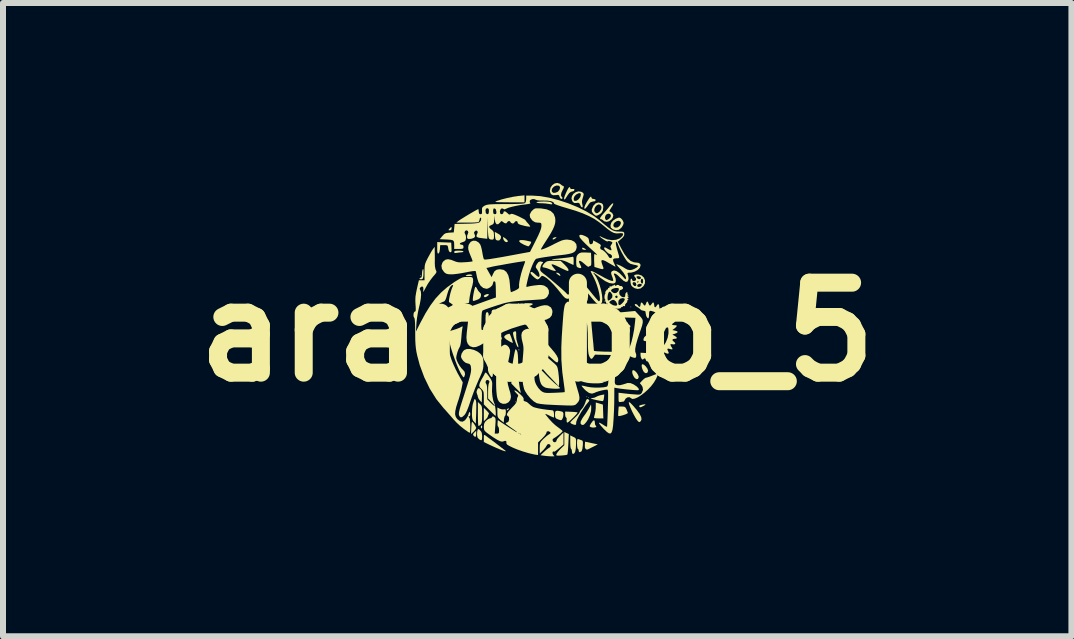
<source format=kicad_pcb>
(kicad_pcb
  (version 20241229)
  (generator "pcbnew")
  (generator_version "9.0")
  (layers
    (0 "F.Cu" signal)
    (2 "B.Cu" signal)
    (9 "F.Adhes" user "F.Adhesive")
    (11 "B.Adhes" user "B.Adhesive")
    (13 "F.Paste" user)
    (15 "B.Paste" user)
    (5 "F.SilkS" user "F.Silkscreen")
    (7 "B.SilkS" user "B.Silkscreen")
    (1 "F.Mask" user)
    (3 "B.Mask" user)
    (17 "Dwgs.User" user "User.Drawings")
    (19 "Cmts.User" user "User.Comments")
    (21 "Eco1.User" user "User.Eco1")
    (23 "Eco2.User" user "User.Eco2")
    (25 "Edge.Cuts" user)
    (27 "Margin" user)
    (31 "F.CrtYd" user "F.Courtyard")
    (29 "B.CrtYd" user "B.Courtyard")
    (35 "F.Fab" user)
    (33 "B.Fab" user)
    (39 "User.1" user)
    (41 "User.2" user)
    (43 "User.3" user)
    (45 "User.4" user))
  (footprint "ararobo_5"
    (layer "F.Cu")
    (at 5.907 2.485)
    (property "Reference" "ararobo_5" (at 0 0 0) (layer "F.SilkS") (effects (font (size 1.5 1.5) (thickness 0.3))))
    (attr board_only exclude_from_pos_files exclude_from_bom)
    (fp_poly (pts (xy -1.935 -0.939) (xy -1.942 -0.932) (xy -1.949 -0.939) (xy -1.942 -0.946)) (stroke (width 0) (type solid)) (fill yes) (layer "F.SilkS"))
    (fp_poly (pts (xy -0.353 1.165) (xy -0.36 1.173) (xy -0.367 1.165) (xy -0.36 1.158)) (stroke (width 0) (type solid)) (fill yes) (layer "F.SilkS"))
    (fp_poly (pts (xy 0.833 1.081) (xy 0.826 1.088) (xy 0.819 1.081) (xy 0.826 1.074)) (stroke (width 0) (type solid)) (fill yes) (layer "F.SilkS"))
    (fp_poly (pts (xy 0.862 1.095) (xy 0.855 1.102) (xy 0.848 1.095) (xy 0.855 1.088)) (stroke (width 0) (type solid)) (fill yes) (layer "F.SilkS"))
    (fp_poly (pts (xy 1.568 -0.417) (xy 1.561 -0.41) (xy 1.554 -0.417) (xy 1.561 -0.424)) (stroke (width 0) (type solid)) (fill yes) (layer "F.SilkS"))
    (fp_poly (pts (xy -0.301 0.287) (xy -0.3 0.304) (xy -0.301 0.306) (xy -0.31 0.304) (xy -0.311 0.297) (xy -0.306 0.285)) (stroke (width 0) (type solid)) (fill yes) (layer "F.SilkS"))
    (fp_poly (pts (xy -0.472 1.275) (xy -0.476 1.288) (xy -0.487 1.299) (xy -0.505 1.308) (xy -0.509 1.302) (xy -0.5 1.284) (xy -0.482 1.273)) (stroke (width 0) (type solid)) (fill yes) (layer "F.SilkS"))
    (fp_poly (pts (xy -0.918 1.579) (xy -0.918 1.579) (xy -0.922 1.606) (xy -0.932 1.606) (xy -0.94 1.595) (xy -0.94 1.573) (xy -0.934 1.564) (xy -0.922 1.559)) (stroke (width 0) (type solid)) (fill yes) (layer "F.SilkS"))
    (fp_poly (pts (xy 0.319 -1.574) (xy 0.305 -1.561) (xy 0.275 -1.543) (xy 0.258 -1.543) (xy 0.258 -1.557) (xy 0.275 -1.573) (xy 0.298 -1.579) (xy 0.321 -1.581)) (stroke (width 0) (type solid)) (fill yes) (layer "F.SilkS"))
    (fp_poly (pts (xy -1.428 -1.74) (xy -1.427 -1.723) (xy -1.436 -1.7) (xy -1.457 -1.695) (xy -1.478 -1.697) (xy -1.477 -1.706) (xy -1.462 -1.723) (xy -1.442 -1.744) (xy -1.432 -1.752)) (stroke (width 0) (type solid)) (fill yes) (layer "F.SilkS"))
    (fp_poly (pts (xy -1.017 1.699) (xy -1.021 1.738) (xy -1.034 1.75) (xy -1.055 1.736) (xy -1.06 1.73) (xy -1.07 1.711) (xy -1.06 1.69) (xy -1.048 1.677) (xy -1.017 1.647)) (stroke (width 0) (type solid)) (fill yes) (layer "F.SilkS"))
    (fp_poly (pts (xy -0.224 -0.442) (xy -0.219 -0.438) (xy -0.201 -0.418) (xy -0.198 -0.408) (xy -0.209 -0.397) (xy -0.219 -0.396) (xy -0.236 -0.407) (xy -0.24 -0.426) (xy -0.237 -0.446)) (stroke (width 0) (type solid)) (fill yes) (layer "F.SilkS"))
    (fp_poly (pts (xy 0.362 -0.978) (xy 0.378 -0.961) (xy 0.388 -0.938) (xy 0.379 -0.935) (xy 0.352 -0.951) (xy 0.339 -0.961) (xy 0.317 -0.98) (xy 0.316 -0.987) (xy 0.332 -0.989)) (stroke (width 0) (type solid)) (fill yes) (layer "F.SilkS"))
    (fp_poly (pts (xy 0.771 -1.402) (xy 0.781 -1.397) (xy 0.81 -1.38) (xy 0.816 -1.373) (xy 0.796 -1.37) (xy 0.786 -1.37) (xy 0.756 -1.377) (xy 0.749 -1.392) (xy 0.753 -1.406)) (stroke (width 0) (type solid)) (fill yes) (layer "F.SilkS"))
    (fp_poly (pts (xy -1.089 -0.953) (xy -1.081 -0.946) (xy -1.088 -0.938) (xy -1.119 -0.933) (xy -1.14 -0.933) (xy -1.179 -0.934) (xy -1.193 -0.94) (xy -1.187 -0.946) (xy -1.156 -0.957) (xy -1.119 -0.96)) (stroke (width 0) (type solid)) (fill yes) (layer "F.SilkS"))
    (fp_poly (pts (xy -0.807 -0.628) (xy -0.81 -0.615) (xy -0.828 -0.598) (xy -0.854 -0.583) (xy -0.871 -0.579) (xy -0.888 -0.59) (xy -0.89 -0.599) (xy -0.878 -0.615) (xy -0.851 -0.628) (xy -0.822 -0.633)) (stroke (width 0) (type solid)) (fill yes) (layer "F.SilkS"))
    (fp_poly (pts (xy -0.703 0.179) (xy -0.694 0.199) (xy -0.695 0.238) (xy -0.704 0.289) (xy -0.713 0.318) (xy -0.731 0.374) (xy -0.762 0.305) (xy -0.794 0.236) (xy -0.754 0.204) (xy -0.725 0.185) (xy -0.705 0.178)) (stroke (width 0) (type solid)) (fill yes) (layer "F.SilkS"))
    (fp_poly (pts (xy -0.84 1.314) (xy -0.814 1.343) (xy -0.803 1.363) (xy -0.805 1.368) (xy -0.817 1.384) (xy -0.819 1.397) (xy -0.829 1.423) (xy -0.853 1.453) (xy -0.855 1.455) (xy -0.89 1.488) (xy -0.89 1.377) (xy -0.89 1.266)) (stroke (width 0) (type solid)) (fill yes) (layer "F.SilkS"))
    (fp_poly (pts (xy -0.591 0.094) (xy -0.592 0.115) (xy -0.609 0.141) (xy -0.623 0.154) (xy -0.651 0.173) (xy -0.665 0.175) (xy -0.673 0.161) (xy -0.674 0.161) (xy -0.67 0.137) (xy -0.65 0.11) (xy -0.624 0.09) (xy -0.607 0.085)) (stroke (width 0) (type solid)) (fill yes) (layer "F.SilkS"))
    (fp_poly (pts (xy -0.55 -1.574) (xy -0.524 -1.555) (xy -0.5 -1.532) (xy -0.488 -1.514) (xy -0.488 -1.51) (xy -0.509 -1.497) (xy -0.535 -1.505) (xy -0.557 -1.531) (xy -0.561 -1.54) (xy -0.57 -1.569) (xy -0.57 -1.582) (xy -0.57 -1.582)) (stroke (width 0) (type solid)) (fill yes) (layer "F.SilkS"))
    (fp_poly (pts (xy -0.302 -0.468) (xy -0.297 -0.436) (xy -0.297 -0.417) (xy -0.299 -0.379) (xy -0.307 -0.356) (xy -0.311 -0.353) (xy -0.319 -0.366) (xy -0.324 -0.398) (xy -0.325 -0.417) (xy -0.322 -0.455) (xy -0.315 -0.477) (xy -0.311 -0.48)) (stroke (width 0) (type solid)) (fill yes) (layer "F.SilkS"))
    (fp_poly (pts (xy 1.805 1.211) (xy 1.785 1.226) (xy 1.767 1.236) (xy 1.733 1.252) (xy 1.716 1.256) (xy 1.705 1.248) (xy 1.702 1.243) (xy 1.7 1.232) (xy 1.712 1.224) (xy 1.745 1.214) (xy 1.769 1.209) (xy 1.8 1.205)) (stroke (width 0) (type solid)) (fill yes) (layer "F.SilkS"))
    (fp_poly (pts (xy -0.667 -1.647) (xy -0.623 -1.62) (xy -0.603 -1.593) (xy -0.606 -1.563) (xy -0.611 -1.552) (xy -0.631 -1.527) (xy -0.659 -1.525) (xy -0.664 -1.526) (xy -0.686 -1.534) (xy -0.697 -1.553) (xy -0.703 -1.59) (xy -0.704 -1.601) (xy -0.708 -1.669)) (stroke (width 0) (type solid)) (fill yes) (layer "F.SilkS"))
    (fp_poly (pts (xy 0.904 1.852) (xy 1.01 1.874) (xy 0.922 1.919) (xy 0.875 1.943) (xy 0.847 1.956) (xy 0.831 1.961) (xy 0.82 1.959) (xy 0.809 1.952) (xy 0.808 1.951) (xy 0.795 1.928) (xy 0.794 1.885) (xy 0.794 1.885) (xy 0.798 1.829)) (stroke (width 0) (type solid)) (fill yes) (layer "F.SilkS"))
    (fp_poly (pts (xy 1.627 0.647) (xy 1.655 0.675) (xy 1.679 0.711) (xy 1.692 0.744) (xy 1.692 0.754) (xy 1.68 0.782) (xy 1.657 0.787) (xy 1.629 0.77) (xy 1.611 0.746) (xy 1.59 0.703) (xy 1.583 0.666) (xy 1.589 0.642) (xy 1.602 0.636)) (stroke (width 0) (type solid)) (fill yes) (layer "F.SilkS"))
    (fp_poly (pts (xy -1.264 -1.354) (xy -1.236 -1.348) (xy -1.229 -1.342) (xy -1.241 -1.331) (xy -1.263 -1.328) (xy -1.301 -1.325) (xy -1.34 -1.319) (xy -1.372 -1.316) (xy -1.384 -1.325) (xy -1.384 -1.333) (xy -1.379 -1.347) (xy -1.358 -1.354) (xy -1.316 -1.356) (xy -1.307 -1.356)) (stroke (width 0) (type solid)) (fill yes) (layer "F.SilkS"))
    (fp_poly (pts (xy -1.072 1.508) (xy -1.052 1.534) (xy -1.032 1.566) (xy -1.019 1.592) (xy -1.017 1.6) (xy -1.027 1.621) (xy -1.05 1.651) (xy -1.06 1.661) (xy -1.104 1.702) (xy -1.099 1.6) (xy -1.096 1.55) (xy -1.092 1.514) (xy -1.087 1.498) (xy -1.087 1.498)) (stroke (width 0) (type solid)) (fill yes) (layer "F.SilkS"))
    (fp_poly (pts (xy -0.1 -0.478) (xy -0.075 -0.47) (xy -0.077 -0.458) (xy -0.106 -0.443) (xy -0.115 -0.439) (xy -0.153 -0.427) (xy -0.175 -0.427) (xy -0.192 -0.438) (xy -0.205 -0.452) (xy -0.218 -0.468) (xy -0.217 -0.476) (xy -0.198 -0.48) (xy -0.155 -0.48) (xy -0.151 -0.48)) (stroke (width 0) (type solid)) (fill yes) (layer "F.SilkS"))
    (fp_poly (pts (xy 1.783 0.548) (xy 1.813 0.577) (xy 1.838 0.613) (xy 1.849 0.646) (xy 1.848 0.652) (xy 1.835 0.681) (xy 1.81 0.688) (xy 1.783 0.672) (xy 1.774 0.661) (xy 1.754 0.622) (xy 1.743 0.583) (xy 1.742 0.552) (xy 1.751 0.537) (xy 1.754 0.537)) (stroke (width 0) (type solid)) (fill yes) (layer "F.SilkS"))
    (fp_poly (pts (xy 0.958 1.486) (xy 0.961 1.511) (xy 0.965 1.543) (xy 0.975 1.561) (xy 0.987 1.576) (xy 0.977 1.587) (xy 0.953 1.593) (xy 0.92 1.593) (xy 0.888 1.585) (xy 0.876 1.576) (xy 0.877 1.561) (xy 0.893 1.531) (xy 0.899 1.522) (xy 0.928 1.483) (xy 0.948 1.471)) (stroke (width 0) (type solid)) (fill yes) (layer "F.SilkS"))
    (fp_poly (pts (xy 1.036 1.193) (xy 1.095 1.211) (xy 1.099 1.326) (xy 1.103 1.441) (xy 1.025 1.441) (xy 0.982 1.439) (xy 0.954 1.435) (xy 0.946 1.43) (xy 0.95 1.411) (xy 0.959 1.377) (xy 0.961 1.37) (xy 0.97 1.325) (xy 0.976 1.271) (xy 0.976 1.248) (xy 0.977 1.176)) (stroke (width 0) (type solid)) (fill yes) (layer "F.SilkS"))
    (fp_poly (pts (xy -0.971 1.623) (xy -0.952 1.64) (xy -0.929 1.669) (xy -0.92 1.706) (xy -0.918 1.74) (xy -0.92 1.785) (xy -0.928 1.804) (xy -0.946 1.802) (xy -0.972 1.786) (xy -0.995 1.76) (xy -1.003 1.718) (xy -1.003 1.71) (xy -1.001 1.668) (xy -0.995 1.635) (xy -0.994 1.632) (xy -0.985 1.619)) (stroke (width 0) (type solid)) (fill yes) (layer "F.SilkS"))
    (fp_poly (pts (xy -0.824 -0.329) (xy -0.812 -0.308) (xy -0.807 -0.265) (xy -0.805 -0.212) (xy -0.809 -0.158) (xy -0.82 -0.127) (xy -0.843 -0.114) (xy -0.856 -0.113) (xy -0.859 -0.126) (xy -0.861 -0.16) (xy -0.862 -0.209) (xy -0.862 -0.217) (xy -0.86 -0.277) (xy -0.855 -0.312) (xy -0.844 -0.328) (xy -0.842 -0.33)) (stroke (width 0) (type solid)) (fill yes) (layer "F.SilkS"))
    (fp_poly (pts (xy -0.942 0.958) (xy -0.941 0.959) (xy -0.927 0.982) (xy -0.921 1.016) (xy -0.921 1.069) (xy -0.921 1.08) (xy -0.925 1.175) (xy -0.957 1.141) (xy -0.979 1.11) (xy -0.989 1.084) (xy -0.989 1.083) (xy -0.996 1.051) (xy -1.004 1.035) (xy -1.012 1.001) (xy -1.004 0.971) (xy -0.988 0.94) (xy -0.969 0.936)) (stroke (width 0) (type solid)) (fill yes) (layer "F.SilkS"))
    (fp_poly (pts (xy -0.46 0.03) (xy -0.451 0.047) (xy -0.437 0.079) (xy -0.424 0.117) (xy -0.413 0.153) (xy -0.407 0.177) (xy -0.408 0.183) (xy -0.425 0.176) (xy -0.456 0.161) (xy -0.466 0.155) (xy -0.52 0.122) (xy -0.548 0.094) (xy -0.548 0.07) (xy -0.523 0.049) (xy -0.508 0.042) (xy -0.477 0.032) (xy -0.46 0.03)) (stroke (width 0) (type solid)) (fill yes) (layer "F.SilkS"))
    (fp_poly (pts (xy -0.394 -0.461) (xy -0.384 -0.432) (xy -0.381 -0.39) (xy -0.383 -0.343) (xy -0.391 -0.315) (xy -0.409 -0.297) (xy -0.416 -0.291) (xy -0.443 -0.275) (xy -0.457 -0.268) (xy -0.461 -0.281) (xy -0.466 -0.315) (xy -0.468 -0.355) (xy -0.47 -0.405) (xy -0.465 -0.435) (xy -0.454 -0.45) (xy -0.449 -0.453) (xy -0.415 -0.467)) (stroke (width 0) (type solid)) (fill yes) (layer "F.SilkS"))
    (fp_poly (pts (xy -0.225 -1.531) (xy -0.185 -1.524) (xy -0.141 -1.514) (xy -0.111 -1.507) (xy -0.102 -1.504) (xy -0.102 -1.49) (xy -0.114 -1.465) (xy -0.131 -1.441) (xy -0.145 -1.428) (xy -0.147 -1.428) (xy -0.169 -1.434) (xy -0.204 -1.448) (xy -0.219 -1.454) (xy -0.273 -1.483) (xy -0.299 -1.507) (xy -0.299 -1.524) (xy -0.274 -1.533)) (stroke (width 0) (type solid)) (fill yes) (layer "F.SilkS"))
    (fp_poly (pts (xy -0.212 -2.22) (xy -0.212 -2.161) (xy -0.47 -2.162) (xy -0.56 -2.163) (xy -0.625 -2.164) (xy -0.668 -2.165) (xy -0.691 -2.168) (xy -0.698 -2.171) (xy -0.69 -2.177) (xy -0.673 -2.184) (xy -0.671 -2.185) (xy -0.593 -2.21) (xy -0.499 -2.234) (xy -0.402 -2.254) (xy -0.315 -2.267) (xy -0.307 -2.268) (xy -0.212 -2.278)) (stroke (width 0) (type solid)) (fill yes) (layer "F.SilkS"))
    (fp_poly (pts (xy 0.901 1.254) (xy 0.898 1.317) (xy 0.879 1.388) (xy 0.848 1.457) (xy 0.819 1.501) (xy 0.79 1.534) (xy 0.771 1.549) (xy 0.754 1.55) (xy 0.738 1.545) (xy 0.722 1.525) (xy 0.726 1.49) (xy 0.752 1.441) (xy 0.775 1.407) (xy 0.812 1.356) (xy 0.846 1.302) (xy 0.864 1.271) (xy 0.897 1.208)) (stroke (width 0) (type solid)) (fill yes) (layer "F.SilkS"))
    (fp_poly (pts (xy -1.896 -1.027) (xy -1.896 -0.98) (xy -1.896 -0.975) (xy -1.899 -0.925) (xy -1.905 -0.897) (xy -1.915 -0.883) (xy -1.932 -0.878) (xy -1.956 -0.88) (xy -1.964 -0.889) (xy -1.952 -0.902) (xy -1.942 -0.904) (xy -1.928 -0.913) (xy -1.922 -0.943) (xy -1.921 -0.964) (xy -1.918 -1.007) (xy -1.91 -1.04) (xy -1.907 -1.045) (xy -1.899 -1.048)) (stroke (width 0) (type solid)) (fill yes) (layer "F.SilkS"))
    (fp_poly (pts (xy -0.52 -0.343) (xy -0.519 -0.293) (xy -0.521 -0.263) (xy -0.531 -0.246) (xy -0.549 -0.234) (xy -0.554 -0.232) (xy -0.591 -0.215) (xy -0.612 -0.217) (xy -0.623 -0.24) (xy -0.627 -0.256) (xy -0.633 -0.302) (xy -0.636 -0.352) (xy -0.636 -0.353) (xy -0.633 -0.388) (xy -0.621 -0.406) (xy -0.591 -0.417) (xy -0.58 -0.42) (xy -0.525 -0.434)) (stroke (width 0) (type solid)) (fill yes) (layer "F.SilkS"))
    (fp_poly (pts (xy -0.353 -0.003) (xy -0.35 0.03) (xy -0.351 0.051) (xy -0.347 0.119) (xy -0.332 0.178) (xy -0.318 0.22) (xy -0.314 0.248) (xy -0.317 0.258) (xy -0.329 0.246) (xy -0.341 0.224) (xy -0.357 0.183) (xy -0.376 0.13) (xy -0.388 0.093) (xy -0.4 0.045) (xy -0.403 0.017) (xy -0.398 0.002) (xy -0.393 -0.002) (xy -0.367 -0.013)) (stroke (width 0) (type solid)) (fill yes) (layer "F.SilkS"))
    (fp_poly (pts (xy 0.169 -2.174) (xy 0.211 -2.169) (xy 0.235 -2.159) (xy 0.24 -2.154) (xy 0.253 -2.136) (xy 0.247 -2.128) (xy 0.219 -2.13) (xy 0.191 -2.135) (xy 0.141 -2.142) (xy 0.083 -2.146) (xy 0.06 -2.146) (xy 0.019 -2.149) (xy -0.008 -2.156) (xy -0.014 -2.161) (xy -0.001 -2.168) (xy 0.036 -2.173) (xy 0.09 -2.175) (xy 0.104 -2.176)) (stroke (width 0) (type solid)) (fill yes) (layer "F.SilkS"))
    (fp_poly (pts (xy 0.377 1.319) (xy 0.394 1.323) (xy 0.425 1.333) (xy 0.436 1.353) (xy 0.437 1.376) (xy 0.432 1.417) (xy 0.42 1.449) (xy 0.407 1.467) (xy 0.39 1.471) (xy 0.361 1.462) (xy 0.35 1.458) (xy 0.316 1.443) (xy 0.301 1.424) (xy 0.297 1.393) (xy 0.297 1.375) (xy 0.299 1.338) (xy 0.309 1.319) (xy 0.333 1.313)) (stroke (width 0) (type solid)) (fill yes) (layer "F.SilkS"))
    (fp_poly (pts (xy 1.113 1.096) (xy 1.107 1.131) (xy 1.097 1.151) (xy 1.095 1.152) (xy 1.075 1.151) (xy 1.036 1.145) (xy 0.99 1.136) (xy 0.931 1.122) (xy 0.899 1.111) (xy 0.893 1.105) (xy 0.915 1.102) (xy 0.92 1.102) (xy 0.959 1.094) (xy 0.983 1.082) (xy 1.016 1.066) (xy 1.06 1.053) (xy 1.065 1.052) (xy 1.118 1.042)) (stroke (width 0) (type solid)) (fill yes) (layer "F.SilkS"))
    (fp_poly (pts (xy 1.451 1.246) (xy 1.472 1.26) (xy 1.49 1.293) (xy 1.49 1.294) (xy 1.504 1.328) (xy 1.511 1.349) (xy 1.512 1.351) (xy 1.499 1.361) (xy 1.469 1.375) (xy 1.43 1.388) (xy 1.392 1.398) (xy 1.362 1.403) (xy 1.352 1.401) (xy 1.35 1.383) (xy 1.351 1.346) (xy 1.353 1.317) (xy 1.359 1.243) (xy 1.414 1.243)) (stroke (width 0) (type solid)) (fill yes) (layer "F.SilkS"))
    (fp_poly (pts (xy -0.695 -0.375) (xy -0.691 -0.359) (xy -0.686 -0.323) (xy -0.682 -0.282) (xy -0.678 -0.231) (xy -0.681 -0.201) (xy -0.691 -0.182) (xy -0.7 -0.174) (xy -0.727 -0.158) (xy -0.743 -0.163) (xy -0.753 -0.193) (xy -0.754 -0.2) (xy -0.76 -0.243) (xy -0.763 -0.295) (xy -0.763 -0.304) (xy -0.76 -0.343) (xy -0.75 -0.364) (xy -0.732 -0.372) (xy -0.705 -0.376)) (stroke (width 0) (type solid)) (fill yes) (layer "F.SilkS"))
    (fp_poly (pts (xy -0.954 1.201) (xy -0.938 1.218) (xy -0.927 1.236) (xy -0.921 1.263) (xy -0.919 1.305) (xy -0.918 1.367) (xy -0.918 1.378) (xy -0.919 1.445) (xy -0.922 1.491) (xy -0.928 1.52) (xy -0.937 1.538) (xy -0.944 1.545) (xy -0.967 1.563) (xy -0.979 1.568) (xy -0.983 1.555) (xy -0.986 1.518) (xy -0.988 1.464) (xy -0.989 1.396) (xy -0.989 1.368) (xy -0.989 1.168)) (stroke (width 0) (type solid)) (fill yes) (layer "F.SilkS"))
    (fp_poly (pts (xy -0.626 1.279) (xy -0.587 1.291) (xy -0.555 1.291) (xy -0.535 1.288) (xy -0.525 1.299) (xy -0.523 1.329) (xy -0.523 1.341) (xy -0.526 1.376) (xy -0.533 1.397) (xy -0.536 1.399) (xy -0.545 1.411) (xy -0.552 1.442) (xy -0.554 1.455) (xy -0.558 1.512) (xy -0.611 1.469) (xy -0.641 1.442) (xy -0.657 1.418) (xy -0.663 1.386) (xy -0.664 1.342) (xy -0.664 1.259)) (stroke (width 0) (type solid)) (fill yes) (layer "F.SilkS"))
    (fp_poly (pts (xy 0.572 1.331) (xy 0.622 1.334) (xy 0.658 1.338) (xy 0.674 1.343) (xy 0.675 1.344) (xy 0.661 1.363) (xy 0.634 1.394) (xy 0.599 1.43) (xy 0.562 1.465) (xy 0.53 1.494) (xy 0.508 1.51) (xy 0.503 1.512) (xy 0.491 1.499) (xy 0.491 1.469) (xy 0.491 1.438) (xy 0.482 1.427) (xy 0.472 1.414) (xy 0.466 1.384) (xy 0.466 1.377) (xy 0.466 1.327)) (stroke (width 0) (type solid)) (fill yes) (layer "F.SilkS"))
    (fp_poly (pts (xy 1.55 1.18) (xy 1.583 1.213) (xy 1.592 1.222) (xy 1.662 1.303) (xy 1.71 1.37) (xy 1.735 1.423) (xy 1.738 1.464) (xy 1.719 1.495) (xy 1.718 1.496) (xy 1.701 1.503) (xy 1.682 1.491) (xy 1.661 1.465) (xy 1.637 1.428) (xy 1.609 1.377) (xy 1.58 1.32) (xy 1.555 1.263) (xy 1.536 1.215) (xy 1.527 1.182) (xy 1.526 1.177) (xy 1.532 1.169)) (stroke (width 0) (type solid)) (fill yes) (layer "F.SilkS"))
    (fp_poly (pts (xy -1.029 1.128) (xy -1.027 1.131) (xy -1.02 1.15) (xy -1.016 1.187) (xy -1.015 1.246) (xy -1.017 1.329) (xy -1.017 1.34) (xy -1.024 1.528) (xy -1.056 1.494) (xy -1.073 1.472) (xy -1.082 1.445) (xy -1.087 1.405) (xy -1.088 1.354) (xy -1.086 1.294) (xy -1.08 1.239) (xy -1.073 1.2) (xy -1.072 1.199) (xy -1.06 1.161) (xy -1.051 1.133) (xy -1.051 1.131) (xy -1.043 1.118)) (stroke (width 0) (type solid)) (fill yes) (layer "F.SilkS"))
    (fp_poly (pts (xy -1.02 -0.749) (xy -1.005 -0.726) (xy -1.003 -0.721) (xy -0.982 -0.684) (xy -0.957 -0.658) (xy -0.938 -0.635) (xy -0.938 -0.601) (xy -0.939 -0.597) (xy -0.951 -0.568) (xy -0.978 -0.547) (xy -1.011 -0.533) (xy -1.049 -0.52) (xy -1.067 -0.517) (xy -1.073 -0.526) (xy -1.074 -0.542) (xy -1.071 -0.578) (xy -1.064 -0.626) (xy -1.054 -0.676) (xy -1.044 -0.72) (xy -1.035 -0.748) (xy -1.032 -0.753)) (stroke (width 0) (type solid)) (fill yes) (layer "F.SilkS"))
    (fp_poly (pts (xy -0.873 1.719) (xy -0.864 1.725) (xy -0.813 1.764) (xy -0.755 1.807) (xy -0.695 1.852) (xy -0.639 1.895) (xy -0.59 1.933) (xy -0.553 1.961) (xy -0.532 1.977) (xy -0.53 1.979) (xy -0.524 1.989) (xy -0.539 1.988) (xy -0.576 1.976) (xy -0.622 1.958) (xy -0.676 1.935) (xy -0.741 1.906) (xy -0.795 1.881) (xy -0.89 1.835) (xy -0.89 1.77) (xy -0.889 1.732) (xy -0.884 1.716)) (stroke (width 0) (type solid)) (fill yes) (layer "F.SilkS"))
    (fp_poly (pts (xy 0.489 1.685) (xy 0.527 1.702) (xy 0.519 1.869) (xy 0.515 1.935) (xy 0.511 1.99) (xy 0.506 2.029) (xy 0.502 2.045) (xy 0.484 2.051) (xy 0.447 2.056) (xy 0.403 2.06) (xy 0.354 2.062) (xy 0.328 2.061) (xy 0.318 2.054) (xy 0.319 2.04) (xy 0.32 2.038) (xy 0.334 2.013) (xy 0.362 1.978) (xy 0.39 1.948) (xy 0.452 1.887) (xy 0.452 1.777) (xy 0.452 1.668)) (stroke (width 0) (type solid)) (fill yes) (layer "F.SilkS"))
    (fp_poly (pts (xy 0.6 1.748) (xy 0.628 1.762) (xy 0.642 1.777) (xy 0.648 1.802) (xy 0.648 1.845) (xy 0.648 1.857) (xy 0.644 1.936) (xy 0.635 1.991) (xy 0.62 2.022) (xy 0.604 2.032) (xy 0.586 2.029) (xy 0.58 2.006) (xy 0.579 1.993) (xy 0.575 1.963) (xy 0.566 1.95) (xy 0.565 1.949) (xy 0.558 1.936) (xy 0.553 1.9) (xy 0.551 1.847) (xy 0.551 1.837) (xy 0.551 1.724)) (stroke (width 0) (type solid)) (fill yes) (layer "F.SilkS"))
    (fp_poly (pts (xy 0.689 1.787) (xy 0.725 1.8) (xy 0.74 1.805) (xy 0.754 1.813) (xy 0.761 1.83) (xy 0.762 1.865) (xy 0.76 1.896) (xy 0.753 1.95) (xy 0.741 1.985) (xy 0.734 1.993) (xy 0.706 2.005) (xy 0.694 1.994) (xy 0.692 1.978) (xy 0.686 1.955) (xy 0.678 1.949) (xy 0.671 1.937) (xy 0.666 1.903) (xy 0.664 1.863) (xy 0.665 1.816) (xy 0.669 1.792) (xy 0.677 1.784)) (stroke (width 0) (type solid)) (fill yes) (layer "F.SilkS"))
    (fp_poly (pts (xy 0.794 0.698) (xy 0.873 0.738) (xy 0.95 0.772) (xy 1.036 0.806) (xy 1.095 0.828) (xy 1.109 0.837) (xy 1.1 0.845) (xy 1.072 0.851) (xy 1.03 0.856) (xy 0.979 0.857) (xy 0.923 0.856) (xy 0.867 0.852) (xy 0.831 0.847) (xy 0.781 0.836) (xy 0.736 0.822) (xy 0.725 0.817) (xy 0.702 0.803) (xy 0.689 0.784) (xy 0.683 0.751) (xy 0.681 0.717) (xy 0.677 0.637)) (stroke (width 0) (type solid)) (fill yes) (layer "F.SilkS"))
    (fp_poly (pts (xy 0.113 0.124) (xy 0.113 0.126) (xy 0.122 0.141) (xy 0.146 0.172) (xy 0.182 0.215) (xy 0.225 0.266) (xy 0.226 0.267) (xy 0.287 0.339) (xy 0.327 0.396) (xy 0.348 0.441) (xy 0.351 0.478) (xy 0.343 0.501) (xy 0.335 0.508) (xy 0.32 0.504) (xy 0.295 0.488) (xy 0.258 0.455) (xy 0.208 0.41) (xy 0.087 0.296) (xy 0.089 0.205) (xy 0.092 0.158) (xy 0.097 0.125) (xy 0.102 0.113)) (stroke (width 0) (type solid)) (fill yes) (layer "F.SilkS"))
    (fp_poly (pts (xy 0.55 -2.404) (xy 0.551 -2.396) (xy 0.562 -2.383) (xy 0.586 -2.384) (xy 0.614 -2.384) (xy 0.622 -2.369) (xy 0.609 -2.35) (xy 0.583 -2.342) (xy 0.559 -2.335) (xy 0.535 -2.317) (xy 0.509 -2.283) (xy 0.474 -2.228) (xy 0.472 -2.224) (xy 0.456 -2.208) (xy 0.448 -2.214) (xy 0.448 -2.233) (xy 0.459 -2.269) (xy 0.477 -2.312) (xy 0.497 -2.356) (xy 0.517 -2.393) (xy 0.532 -2.414) (xy 0.537 -2.416)) (stroke (width 0) (type solid)) (fill yes) (layer "F.SilkS"))
    (fp_poly (pts (xy 0.904 -2.241) (xy 0.904 -2.239) (xy 0.916 -2.222) (xy 0.939 -2.218) (xy 0.968 -2.211) (xy 0.975 -2.197) (xy 0.962 -2.18) (xy 0.933 -2.176) (xy 0.89 -2.164) (xy 0.866 -2.14) (xy 0.832 -2.092) (xy 0.81 -2.065) (xy 0.797 -2.054) (xy 0.789 -2.056) (xy 0.785 -2.061) (xy 0.787 -2.081) (xy 0.802 -2.118) (xy 0.827 -2.166) (xy 0.829 -2.169) (xy 0.863 -2.223) (xy 0.886 -2.252) (xy 0.9 -2.258)) (stroke (width 0) (type solid)) (fill yes) (layer "F.SilkS"))
    (fp_poly (pts (xy -1.55 -1.494) (xy -1.434 -1.49) (xy -1.43 -1.408) (xy -1.428 -1.362) (xy -1.431 -1.338) (xy -1.44 -1.33) (xy -1.451 -1.33) (xy -1.471 -1.345) (xy -1.482 -1.383) (xy -1.483 -1.392) (xy -1.489 -1.426) (xy -1.5 -1.443) (xy -1.525 -1.448) (xy -1.554 -1.448) (xy -1.618 -1.448) (xy -1.622 -1.382) (xy -1.629 -1.335) (xy -1.643 -1.31) (xy -1.646 -1.308) (xy -1.657 -1.309) (xy -1.664 -1.325) (xy -1.667 -1.361) (xy -1.667 -1.4) (xy -1.667 -1.499)) (stroke (width 0) (type solid)) (fill yes) (layer "F.SilkS"))
    (fp_poly (pts (xy 0.604 -1.247) (xy 0.607 -1.221) (xy 0.607 -1.188) (xy 0.607 -1.148) (xy 0.605 -1.122) (xy 0.604 -1.117) (xy 0.59 -1.123) (xy 0.558 -1.138) (xy 0.513 -1.159) (xy 0.509 -1.162) (xy 0.45 -1.186) (xy 0.402 -1.199) (xy 0.349 -1.202) (xy 0.325 -1.202) (xy 0.272 -1.201) (xy 0.246 -1.203) (xy 0.246 -1.207) (xy 0.27 -1.213) (xy 0.317 -1.22) (xy 0.385 -1.227) (xy 0.396 -1.228) (xy 0.461 -1.235) (xy 0.519 -1.242) (xy 0.56 -1.248) (xy 0.576 -1.251) (xy 0.594 -1.255)) (stroke (width 0) (type solid)) (fill yes) (layer "F.SilkS"))
    (fp_poly (pts (xy 0.033 0.603) (xy 0.059 0.627) (xy 0.097 0.664) (xy 0.14 0.708) (xy 0.192 0.762) (xy 0.245 0.813) (xy 0.291 0.855) (xy 0.316 0.876) (xy 0.351 0.904) (xy 0.375 0.927) (xy 0.381 0.936) (xy 0.369 0.943) (xy 0.336 0.946) (xy 0.29 0.946) (xy 0.238 0.943) (xy 0.189 0.938) (xy 0.149 0.931) (xy 0.132 0.926) (xy 0.092 0.902) (xy 0.065 0.868) (xy 0.046 0.818) (xy 0.033 0.747) (xy 0.03 0.719) (xy 0.025 0.665) (xy 0.022 0.622) (xy 0.022 0.598) (xy 0.023 0.595)) (stroke (width 0) (type solid)) (fill yes) (layer "F.SilkS"))
    (fp_poly (pts (xy -0.351 0.292) (xy -0.337 0.313) (xy -0.329 0.338) (xy -0.323 0.382) (xy -0.319 0.447) (xy -0.318 0.537) (xy -0.318 0.572) (xy -0.315 0.709) (xy -0.307 0.821) (xy -0.295 0.907) (xy -0.295 0.908) (xy -0.285 0.959) (xy -0.277 0.997) (xy -0.274 1.016) (xy -0.274 1.017) (xy -0.285 1.008) (xy -0.309 0.983) (xy -0.344 0.948) (xy -0.354 0.939) (xy -0.431 0.86) (xy -0.428 0.718) (xy -0.424 0.665) (xy -0.418 0.599) (xy -0.409 0.527) (xy -0.398 0.455) (xy -0.386 0.388) (xy -0.375 0.333) (xy -0.365 0.297) (xy -0.36 0.285)) (stroke (width 0) (type solid)) (fill yes) (layer "F.SilkS"))
    (fp_poly (pts (xy 0.099 0.365) (xy 0.142 0.4) (xy 0.158 0.413) (xy 0.206 0.456) (xy 0.253 0.497) (xy 0.289 0.528) (xy 0.293 0.532) (xy 0.317 0.555) (xy 0.333 0.58) (xy 0.343 0.614) (xy 0.352 0.667) (xy 0.354 0.686) (xy 0.361 0.748) (xy 0.365 0.806) (xy 0.365 0.849) (xy 0.365 0.853) (xy 0.36 0.907) (xy 0.232 0.771) (xy 0.162 0.698) (xy 0.111 0.64) (xy 0.074 0.594) (xy 0.051 0.557) (xy 0.038 0.524) (xy 0.034 0.492) (xy 0.036 0.457) (xy 0.037 0.449) (xy 0.045 0.392) (xy 0.055 0.36) (xy 0.072 0.352)) (stroke (width 0) (type solid)) (fill yes) (layer "F.SilkS"))
    (fp_poly (pts (xy -0.824 0.294) (xy -0.808 0.324) (xy -0.789 0.365) (xy -0.772 0.406) (xy -0.76 0.441) (xy -0.756 0.459) (xy -0.754 0.479) (xy -0.75 0.519) (xy -0.745 0.573) (xy -0.743 0.595) (xy -0.739 0.663) (xy -0.739 0.713) (xy -0.745 0.742) (xy -0.745 0.742) (xy -0.755 0.753) (xy -0.768 0.747) (xy -0.787 0.72) (xy -0.792 0.712) (xy -0.81 0.677) (xy -0.82 0.642) (xy -0.822 0.596) (xy -0.821 0.559) (xy -0.821 0.495) (xy -0.829 0.446) (xy -0.846 0.398) (xy -0.849 0.393) (xy -0.867 0.351) (xy -0.871 0.325) (xy -0.864 0.307) (xy -0.862 0.304) (xy -0.842 0.286) (xy -0.833 0.283)) (stroke (width 0) (type solid)) (fill yes) (layer "F.SilkS"))
    (fp_poly (pts (xy 0.807 -1.325) (xy 0.897 -1.321) (xy 0.901 -1.211) (xy 0.902 -1.155) (xy 0.9 -1.121) (xy 0.893 -1.105) (xy 0.885 -1.102) (xy 0.863 -1.093) (xy 0.859 -1.087) (xy 0.847 -1.088) (xy 0.822 -1.105) (xy 0.794 -1.129) (xy 0.749 -1.167) (xy 0.717 -1.186) (xy 0.699 -1.186) (xy 0.697 -1.167) (xy 0.713 -1.13) (xy 0.733 -1.089) (xy 0.733 -1.067) (xy 0.712 -1.064) (xy 0.682 -1.074) (xy 0.664 -1.084) (xy 0.655 -1.102) (xy 0.651 -1.134) (xy 0.65 -1.177) (xy 0.651 -1.229) (xy 0.658 -1.263) (xy 0.672 -1.287) (xy 0.683 -1.298) (xy 0.706 -1.315) (xy 0.734 -1.324) (xy 0.774 -1.326)) (stroke (width 0) (type solid)) (fill yes) (layer "F.SilkS"))
    (fp_poly (pts (xy 1.396 -1.895) (xy 1.421 -1.867) (xy 1.438 -1.833) (xy 1.441 -1.816) (xy 1.432 -1.783) (xy 1.41 -1.746) (xy 1.404 -1.739) (xy 1.361 -1.704) (xy 1.311 -1.697) (xy 1.261 -1.712) (xy 1.228 -1.74) (xy 1.223 -1.769) (xy 1.269 -1.769) (xy 1.283 -1.748) (xy 1.309 -1.739) (xy 1.341 -1.744) (xy 1.371 -1.765) (xy 1.383 -1.782) (xy 1.396 -1.813) (xy 1.392 -1.834) (xy 1.386 -1.841) (xy 1.36 -1.854) (xy 1.326 -1.848) (xy 1.293 -1.827) (xy 1.274 -1.802) (xy 1.269 -1.769) (xy 1.223 -1.769) (xy 1.222 -1.78) (xy 1.236 -1.823) (xy 1.266 -1.858) (xy 1.309 -1.888) (xy 1.355 -1.905) (xy 1.37 -1.907)) (stroke (width 0) (type solid)) (fill yes) (layer "F.SilkS"))
    (fp_poly (pts (xy 0.86 1.129) (xy 0.869 1.141) (xy 0.859 1.161) (xy 0.848 1.174) (xy 0.811 1.219) (xy 0.772 1.276) (xy 0.732 1.337) (xy 0.697 1.398) (xy 0.669 1.452) (xy 0.653 1.493) (xy 0.65 1.509) (xy 0.648 1.539) (xy 0.638 1.55) (xy 0.614 1.546) (xy 0.59 1.538) (xy 0.562 1.524) (xy 0.551 1.512) (xy 0.561 1.497) (xy 0.586 1.47) (xy 0.623 1.435) (xy 0.629 1.429) (xy 0.666 1.392) (xy 0.694 1.36) (xy 0.706 1.34) (xy 0.706 1.338) (xy 0.716 1.316) (xy 0.739 1.288) (xy 0.741 1.286) (xy 0.767 1.253) (xy 0.791 1.206) (xy 0.799 1.185) (xy 0.814 1.142) (xy 0.827 1.121) (xy 0.842 1.119)) (stroke (width 0) (type solid)) (fill yes) (layer "F.SilkS"))
    (fp_poly (pts (xy 1.067 -2.149) (xy 1.068 -2.149) (xy 1.092 -2.131) (xy 1.101 -2.101) (xy 1.102 -2.083) (xy 1.094 -2.023) (xy 1.067 -1.981) (xy 1.032 -1.957) (xy 0.998 -1.94) (xy 0.977 -1.939) (xy 0.955 -1.954) (xy 0.937 -1.971) (xy 0.912 -2.004) (xy 0.911 -2.021) (xy 0.951 -2.021) (xy 0.961 -1.999) (xy 0.984 -1.98) (xy 1.01 -1.984) (xy 1.041 -2.008) (xy 1.067 -2.047) (xy 1.072 -2.086) (xy 1.054 -2.118) (xy 1.053 -2.119) (xy 1.025 -2.127) (xy 0.996 -2.115) (xy 0.97 -2.088) (xy 0.954 -2.055) (xy 0.951 -2.021) (xy 0.911 -2.021) (xy 0.909 -2.036) (xy 0.91 -2.044) (xy 0.935 -2.103) (xy 0.972 -2.143) (xy 1.018 -2.159)) (stroke (width 0) (type solid)) (fill yes) (layer "F.SilkS"))
    (fp_poly (pts (xy 0.456 -1.123) (xy 0.496 -1.08) (xy 0.519 -1.046) (xy 0.522 -1.024) (xy 0.508 -1.017) (xy 0.49 -1.023) (xy 0.453 -1.039) (xy 0.404 -1.062) (xy 0.381 -1.074) (xy 0.313 -1.107) (xy 0.267 -1.125) (xy 0.243 -1.129) (xy 0.24 -1.117) (xy 0.257 -1.091) (xy 0.275 -1.068) (xy 0.298 -1.04) (xy 0.31 -1.024) (xy 0.311 -1.022) (xy 0.299 -1.017) (xy 0.27 -1.022) (xy 0.23 -1.035) (xy 0.205 -1.046) (xy 0.162 -1.063) (xy 0.125 -1.073) (xy 0.117 -1.073) (xy 0.09 -1.081) (xy 0.088 -1.102) (xy 0.11 -1.133) (xy 0.124 -1.149) (xy 0.147 -1.168) (xy 0.17 -1.179) (xy 0.203 -1.185) (xy 0.252 -1.187) (xy 0.276 -1.187) (xy 0.389 -1.187)) (stroke (width 0) (type solid)) (fill yes) (layer "F.SilkS"))
    (fp_poly (pts (xy -0.501 0.225) (xy -0.472 0.256) (xy -0.454 0.299) (xy -0.452 0.319) (xy -0.455 0.354) (xy -0.464 0.406) (xy -0.477 0.467) (xy -0.482 0.49) (xy -0.502 0.618) (xy -0.505 0.749) (xy -0.489 0.873) (xy -0.468 0.953) (xy -0.451 1.006) (xy -0.441 1.057) (xy -0.438 1.084) (xy -0.45 1.136) (xy -0.481 1.174) (xy -0.525 1.196) (xy -0.574 1.198) (xy -0.616 1.18) (xy -0.641 1.156) (xy -0.659 1.121) (xy -0.672 1.069) (xy -0.68 0.996) (xy -0.683 0.946) (xy -0.685 0.876) (xy -0.685 0.791) (xy -0.683 0.697) (xy -0.678 0.602) (xy -0.673 0.511) (xy -0.666 0.431) (xy -0.658 0.367) (xy -0.651 0.328) (xy -0.628 0.278) (xy -0.593 0.238) (xy -0.553 0.215) (xy -0.535 0.212)) (stroke (width 0) (type solid)) (fill yes) (layer "F.SilkS"))
    (fp_poly (pts (xy 1.269 -2.138) (xy 1.257 -2.108) (xy 1.236 -2.075) (xy 1.215 -2.041) (xy 1.204 -2.02) (xy 1.203 -2.015) (xy 1.25 -1.983) (xy 1.269 -1.947) (xy 1.26 -1.906) (xy 1.237 -1.875) (xy 1.198 -1.846) (xy 1.155 -1.836) (xy 1.116 -1.846) (xy 1.102 -1.858) (xy 1.078 -1.876) (xy 1.065 -1.879) (xy 1.048 -1.885) (xy 1.051 -1.905) (xy 1.056 -1.912) (xy 1.13 -1.912) (xy 1.134 -1.883) (xy 1.15 -1.866) (xy 1.158 -1.865) (xy 1.174 -1.872) (xy 1.198 -1.887) (xy 1.224 -1.916) (xy 1.229 -1.944) (xy 1.216 -1.966) (xy 1.189 -1.973) (xy 1.16 -1.964) (xy 1.139 -1.942) (xy 1.13 -1.912) (xy 1.056 -1.912) (xy 1.076 -1.941) (xy 1.099 -1.967) (xy 1.14 -2.014) (xy 1.185 -2.067) (xy 1.208 -2.096) (xy 1.243 -2.134) (xy 1.263 -2.147)) (stroke (width 0) (type solid)) (fill yes) (layer "F.SilkS"))
    (fp_poly (pts (xy 0.732 -2.338) (xy 0.756 -2.326) (xy 0.772 -2.311) (xy 0.775 -2.292) (xy 0.767 -2.26) (xy 0.763 -2.248) (xy 0.75 -2.202) (xy 0.746 -2.17) (xy 0.75 -2.137) (xy 0.756 -2.115) (xy 0.758 -2.085) (xy 0.749 -2.076) (xy 0.732 -2.088) (xy 0.717 -2.118) (xy 0.702 -2.146) (xy 0.681 -2.154) (xy 0.656 -2.151) (xy 0.62 -2.15) (xy 0.596 -2.167) (xy 0.586 -2.181) (xy 0.571 -2.224) (xy 0.608 -2.224) (xy 0.612 -2.196) (xy 0.625 -2.185) (xy 0.654 -2.188) (xy 0.687 -2.21) (xy 0.715 -2.245) (xy 0.718 -2.251) (xy 0.729 -2.29) (xy 0.721 -2.312) (xy 0.696 -2.315) (xy 0.658 -2.297) (xy 0.645 -2.288) (xy 0.619 -2.258) (xy 0.608 -2.224) (xy 0.571 -2.224) (xy 0.571 -2.224) (xy 0.58 -2.267) (xy 0.605 -2.304) (xy 0.642 -2.331) (xy 0.687 -2.344)) (stroke (width 0) (type solid)) (fill yes) (layer "F.SilkS"))
    (fp_poly (pts (xy 0.373 -2.474) (xy 0.39 -2.462) (xy 0.413 -2.443) (xy 0.425 -2.437) (xy 0.444 -2.428) (xy 0.442 -2.401) (xy 0.425 -2.369) (xy 0.403 -2.321) (xy 0.396 -2.281) (xy 0.407 -2.255) (xy 0.41 -2.253) (xy 0.423 -2.235) (xy 0.415 -2.22) (xy 0.403 -2.218) (xy 0.384 -2.23) (xy 0.373 -2.254) (xy 0.363 -2.279) (xy 0.345 -2.286) (xy 0.316 -2.282) (xy 0.263 -2.28) (xy 0.229 -2.299) (xy 0.213 -2.338) (xy 0.212 -2.358) (xy 0.212 -2.361) (xy 0.241 -2.361) (xy 0.245 -2.339) (xy 0.265 -2.321) (xy 0.298 -2.32) (xy 0.336 -2.334) (xy 0.35 -2.344) (xy 0.373 -2.375) (xy 0.381 -2.408) (xy 0.37 -2.433) (xy 0.36 -2.439) (xy 0.32 -2.442) (xy 0.282 -2.426) (xy 0.253 -2.397) (xy 0.241 -2.361) (xy 0.212 -2.361) (xy 0.223 -2.408) (xy 0.251 -2.448) (xy 0.289 -2.475) (xy 0.332 -2.485)) (stroke (width 0) (type solid)) (fill yes) (layer "F.SilkS"))
    (fp_poly (pts (xy -1.243 -0.088) (xy -1.248 -0.062) (xy -1.253 -0.029) (xy -1.259 0.022) (xy -1.264 0.083) (xy -1.266 0.106) (xy -1.273 0.177) (xy -1.283 0.228) (xy -1.295 0.256) (xy -1.295 0.256) (xy -1.31 0.283) (xy -1.327 0.326) (xy -1.337 0.36) (xy -1.348 0.406) (xy -1.35 0.438) (xy -1.342 0.47) (xy -1.323 0.513) (xy -1.322 0.515) (xy -1.294 0.564) (xy -1.262 0.607) (xy -1.243 0.626) (xy -1.211 0.663) (xy -1.203 0.703) (xy -1.213 0.739) (xy -1.224 0.757) (xy -1.237 0.748) (xy -1.239 0.747) (xy -1.269 0.701) (xy -1.303 0.633) (xy -1.339 0.55) (xy -1.375 0.456) (xy -1.409 0.358) (xy -1.439 0.262) (xy -1.462 0.174) (xy -1.478 0.099) (xy -1.483 0.044) (xy -1.482 0.016) (xy -1.475 -0.002) (xy -1.455 -0.015) (xy -1.417 -0.028) (xy -1.395 -0.034) (xy -1.343 -0.051) (xy -1.297 -0.069) (xy -1.273 -0.081) (xy -1.25 -0.094)) (stroke (width 0) (type solid)) (fill yes) (layer "F.SilkS"))
    (fp_poly (pts (xy 2.014 0.696) (xy 2.011 0.71) (xy 1.999 0.743) (xy 1.98 0.785) (xy 1.945 0.844) (xy 1.899 0.904) (xy 1.845 0.961) (xy 1.787 1.013) (xy 1.728 1.058) (xy 1.672 1.092) (xy 1.624 1.112) (xy 1.585 1.117) (xy 1.561 1.102) (xy 1.561 1.102) (xy 1.538 1.087) (xy 1.506 1.09) (xy 1.477 1.108) (xy 1.467 1.123) (xy 1.452 1.149) (xy 1.442 1.16) (xy 1.423 1.162) (xy 1.395 1.167) (xy 1.373 1.169) (xy 1.361 1.163) (xy 1.357 1.142) (xy 1.356 1.099) (xy 1.356 1.093) (xy 1.356 1.013) (xy 1.43 1.022) (xy 1.483 1.028) (xy 1.55 1.035) (xy 1.612 1.04) (xy 1.667 1.044) (xy 1.701 1.044) (xy 1.721 1.038) (xy 1.736 1.025) (xy 1.743 1.016) (xy 1.764 0.966) (xy 1.757 0.917) (xy 1.739 0.887) (xy 1.711 0.853) (xy 1.753 0.808) (xy 1.783 0.78) (xy 1.808 0.764) (xy 1.814 0.763) (xy 1.835 0.758) (xy 1.874 0.745) (xy 1.92 0.727) (xy 1.966 0.709) (xy 1.999 0.698) (xy 2.014 0.696)) (stroke (width 0) (type solid)) (fill yes) (layer "F.SilkS"))
    (fp_poly (pts (xy -1.117 0.284) (xy -1.056 0.299) (xy -0.997 0.326) (xy -0.948 0.363) (xy -0.931 0.383) (xy -0.912 0.416) (xy -0.901 0.451) (xy -0.897 0.499) (xy -0.897 0.53) (xy -0.898 0.575) (xy -0.903 0.613) (xy -0.913 0.653) (xy -0.932 0.7) (xy -0.96 0.763) (xy -0.97 0.784) (xy -1.002 0.858) (xy -1.039 0.948) (xy -1.075 1.044) (xy -1.107 1.134) (xy -1.11 1.144) (xy -1.142 1.238) (xy -1.169 1.307) (xy -1.192 1.355) (xy -1.213 1.385) (xy -1.216 1.388) (xy -1.251 1.418) (xy -1.275 1.424) (xy -1.294 1.407) (xy -1.302 1.392) (xy -1.306 1.376) (xy -1.306 1.354) (xy -1.301 1.322) (xy -1.289 1.275) (xy -1.27 1.211) (xy -1.243 1.125) (xy -1.232 1.092) (xy -1.195 0.976) (xy -1.165 0.883) (xy -1.143 0.811) (xy -1.126 0.755) (xy -1.115 0.712) (xy -1.108 0.68) (xy -1.104 0.654) (xy -1.102 0.632) (xy -1.102 0.616) (xy -1.108 0.563) (xy -1.129 0.533) (xy -1.165 0.523) (xy -1.167 0.523) (xy -1.198 0.511) (xy -1.231 0.483) (xy -1.258 0.447) (xy -1.271 0.412) (xy -1.271 0.408) (xy -1.261 0.362) (xy -1.233 0.317) (xy -1.216 0.301) (xy -1.173 0.284)) (stroke (width 0) (type solid)) (fill yes) (layer "F.SilkS"))
    (fp_poly (pts (xy 1.496 -0.165) (xy 1.511 -0.153) (xy 1.512 -0.15) (xy 1.523 -0.128) (xy 1.533 -0.122) (xy 1.551 -0.103) (xy 1.554 -0.091) (xy 1.548 -0.075) (xy 1.525 -0.075) (xy 1.516 -0.077) (xy 1.479 -0.086) (xy 1.488 0.05) (xy 1.491 0.12) (xy 1.49 0.17) (xy 1.485 0.204) (xy 1.476 0.227) (xy 1.456 0.256) (xy 1.438 0.269) (xy 1.428 0.262) (xy 1.427 0.255) (xy 1.437 0.236) (xy 1.441 0.233) (xy 1.455 0.216) (xy 1.445 0.203) (xy 1.413 0.198) (xy 1.379 0.193) (xy 1.372 0.178) (xy 1.391 0.155) (xy 1.411 0.132) (xy 1.404 0.117) (xy 1.378 0.113) (xy 1.345 0.108) (xy 1.337 0.094) (xy 1.356 0.077) (xy 1.364 0.073) (xy 1.393 0.054) (xy 1.394 0.037) (xy 1.368 0.024) (xy 1.363 0.022) (xy 1.337 0.011) (xy 1.328 0) (xy 1.34 -0.013) (xy 1.363 -0.022) (xy 1.393 -0.035) (xy 1.394 -0.052) (xy 1.37 -0.071) (xy 1.346 -0.09) (xy 1.347 -0.106) (xy 1.374 -0.113) (xy 1.377 -0.113) (xy 1.406 -0.118) (xy 1.42 -0.127) (xy 1.419 -0.14) (xy 1.414 -0.141) (xy 1.399 -0.152) (xy 1.399 -0.155) (xy 1.411 -0.164) (xy 1.442 -0.169) (xy 1.455 -0.17)) (stroke (width 0) (type solid)) (fill yes) (layer "F.SilkS"))
    (fp_poly (pts (xy -0.851 0.681) (xy -0.831 0.704) (xy -0.803 0.742) (xy -0.773 0.787) (xy -0.757 0.82) (xy -0.75 0.851) (xy -0.751 0.893) (xy -0.752 0.917) (xy -0.754 0.994) (xy -0.747 1.07) (xy -0.735 1.137) (xy -0.718 1.186) (xy -0.714 1.192) (xy -0.707 1.215) (xy -0.7 1.254) (xy -0.694 1.299) (xy -0.691 1.344) (xy -0.691 1.38) (xy -0.694 1.398) (xy -0.695 1.399) (xy -0.707 1.389) (xy -0.733 1.364) (xy -0.77 1.328) (xy -0.795 1.303) (xy -0.89 1.207) (xy -0.89 1.097) (xy -0.891 1.041) (xy -0.894 1.005) (xy -0.903 0.981) (xy -0.92 0.96) (xy -0.932 0.949) (xy -0.959 0.92) (xy -0.967 0.897) (xy -0.962 0.867) (xy -0.954 0.847) (xy -0.861 0.847) (xy -0.848 0.869) (xy -0.841 0.886) (xy -0.836 0.924) (xy -0.834 0.977) (xy -0.833 1) (xy -0.833 1.122) (xy -0.774 1.182) (xy -0.742 1.213) (xy -0.718 1.232) (xy -0.708 1.236) (xy -0.713 1.223) (xy -0.734 1.196) (xy -0.76 1.168) (xy -0.819 1.108) (xy -0.819 0.988) (xy -0.817 0.924) (xy -0.812 0.877) (xy -0.804 0.852) (xy -0.803 0.851) (xy -0.796 0.829) (xy -0.808 0.808) (xy -0.831 0.799) (xy -0.842 0.801) (xy -0.858 0.819) (xy -0.861 0.847) (xy -0.954 0.847) (xy -0.947 0.827) (xy -0.923 0.782) (xy -0.915 0.769) (xy -0.892 0.729) (xy -0.875 0.695) (xy -0.871 0.687) (xy -0.863 0.676)) (stroke (width 0) (type solid)) (fill yes) (layer "F.SilkS"))
    (fp_poly (pts (xy 1.688 -0.958) (xy 1.74 -0.942) (xy 1.778 -0.907) (xy 1.797 -0.861) (xy 1.796 -0.811) (xy 1.772 -0.765) (xy 1.726 -0.727) (xy 1.675 -0.717) (xy 1.627 -0.729) (xy 1.592 -0.75) (xy 1.569 -0.775) (xy 1.559 -0.807) (xy 1.558 -0.816) (xy 1.589 -0.816) (xy 1.596 -0.792) (xy 1.596 -0.791) (xy 1.617 -0.768) (xy 1.639 -0.765) (xy 1.643 -0.77) (xy 1.667 -0.77) (xy 1.677 -0.753) (xy 1.701 -0.75) (xy 1.728 -0.761) (xy 1.737 -0.77) (xy 1.747 -0.788) (xy 1.732 -0.799) (xy 1.732 -0.8) (xy 1.699 -0.803) (xy 1.674 -0.789) (xy 1.667 -0.77) (xy 1.643 -0.77) (xy 1.652 -0.781) (xy 1.653 -0.79) (xy 1.643 -0.821) (xy 1.617 -0.831) (xy 1.602 -0.828) (xy 1.589 -0.816) (xy 1.558 -0.816) (xy 1.556 -0.833) (xy 1.667 -0.833) (xy 1.672 -0.82) (xy 1.673 -0.819) (xy 1.685 -0.829) (xy 1.688 -0.833) (xy 1.688 -0.839) (xy 1.726 -0.839) (xy 1.736 -0.814) (xy 1.751 -0.805) (xy 1.762 -0.818) (xy 1.766 -0.847) (xy 1.766 -0.848) (xy 1.76 -0.879) (xy 1.747 -0.89) (xy 1.732 -0.877) (xy 1.729 -0.869) (xy 1.726 -0.839) (xy 1.688 -0.839) (xy 1.687 -0.847) (xy 1.682 -0.848) (xy 1.668 -0.837) (xy 1.667 -0.833) (xy 1.556 -0.833) (xy 1.554 -0.843) (xy 1.557 -0.874) (xy 1.566 -0.89) (xy 1.568 -0.89) (xy 1.581 -0.879) (xy 1.582 -0.869) (xy 1.593 -0.852) (xy 1.615 -0.848) (xy 1.639 -0.858) (xy 1.649 -0.871) (xy 1.645 -0.898) (xy 1.631 -0.913) (xy 1.631 -0.914) (xy 1.655 -0.914) (xy 1.67 -0.892) (xy 1.696 -0.879) (xy 1.72 -0.884) (xy 1.731 -0.904) (xy 1.731 -0.904) (xy 1.718 -0.922) (xy 1.692 -0.93) (xy 1.661 -0.928) (xy 1.655 -0.914) (xy 1.631 -0.914) (xy 1.615 -0.934) (xy 1.623 -0.95) (xy 1.653 -0.958)) (stroke (width 0) (type solid)) (fill yes) (layer "F.SilkS"))
    (fp_poly (pts (xy 1.7 -0.277) (xy 1.731 -0.243) (xy 1.751 -0.215) (xy 1.76 -0.186) (xy 1.759 -0.151) (xy 1.748 -0.104) (xy 1.727 -0.04) (xy 1.71 0.007) (xy 1.673 0.12) (xy 1.647 0.211) (xy 1.634 0.28) (xy 1.634 0.326) (xy 1.638 0.338) (xy 1.651 0.377) (xy 1.65 0.412) (xy 1.638 0.431) (xy 1.617 0.431) (xy 1.583 0.421) (xy 1.571 0.415) (xy 1.547 0.406) (xy 1.517 0.399) (xy 1.474 0.394) (xy 1.417 0.39) (xy 1.339 0.387) (xy 1.241 0.384) (xy 0.964 0.378) (xy 0.939 0.415) (xy 0.916 0.444) (xy 0.897 0.448) (xy 0.879 0.425) (xy 0.866 0.399) (xy 0.856 0.366) (xy 0.85 0.321) (xy 0.846 0.258) (xy 0.845 0.173) (xy 0.845 0.155) (xy 0.843 0.018) (xy 0.836 -0.094) (xy 0.823 -0.184) (xy 0.808 -0.237) (xy 0.897 -0.237) (xy 0.899 -0.198) (xy 0.904 -0.14) (xy 0.91 -0.067) (xy 0.918 0.017) (xy 0.919 0.028) (xy 0.927 0.114) (xy 0.935 0.189) (xy 0.94 0.251) (xy 0.944 0.294) (xy 0.946 0.313) (xy 0.946 0.314) (xy 0.96 0.318) (xy 0.996 0.322) (xy 1.051 0.325) (xy 1.12 0.328) (xy 1.155 0.328) (xy 1.236 0.33) (xy 1.313 0.332) (xy 1.379 0.334) (xy 1.427 0.336) (xy 1.436 0.336) (xy 1.509 0.339) (xy 1.545 0.249) (xy 1.571 0.169) (xy 1.595 0.069) (xy 1.616 -0.043) (xy 1.63 -0.157) (xy 1.638 -0.236) (xy 1.27 -0.246) (xy 1.171 -0.249) (xy 1.082 -0.251) (xy 1.006 -0.252) (xy 0.948 -0.253) (xy 0.91 -0.253) (xy 0.897 -0.252) (xy 0.897 -0.237) (xy 0.808 -0.237) (xy 0.804 -0.253) (xy 0.79 -0.285) (xy 0.774 -0.32) (xy 0.766 -0.343) (xy 0.766 -0.347) (xy 0.781 -0.346) (xy 0.815 -0.339) (xy 0.84 -0.331) (xy 0.898 -0.32) (xy 0.98 -0.314) (xy 1.083 -0.312) (xy 1.203 -0.315) (xy 1.335 -0.323) (xy 1.434 -0.331) (xy 1.632 -0.35)) (stroke (width 0) (type solid)) (fill yes) (layer "F.SilkS"))
    (fp_poly (pts (xy 1.193 0.59) (xy 1.233 0.615) (xy 1.272 0.649) (xy 1.293 0.69) (xy 1.299 0.745) (xy 1.295 0.79) (xy 1.293 0.84) (xy 1.301 0.871) (xy 1.303 0.874) (xy 1.335 0.888) (xy 1.383 0.887) (xy 1.438 0.873) (xy 1.45 0.869) (xy 1.506 0.851) (xy 1.553 0.852) (xy 1.605 0.873) (xy 1.616 0.88) (xy 1.66 0.91) (xy 1.688 0.939) (xy 1.695 0.962) (xy 1.691 0.969) (xy 1.675 0.971) (xy 1.636 0.97) (xy 1.581 0.966) (xy 1.517 0.96) (xy 1.449 0.953) (xy 1.383 0.945) (xy 1.331 0.937) (xy 1.286 0.929) (xy 1.285 1.104) (xy 1.284 1.192) (xy 1.281 1.294) (xy 1.276 1.396) (xy 1.272 1.466) (xy 1.265 1.561) (xy 1.255 1.63) (xy 1.241 1.673) (xy 1.222 1.693) (xy 1.196 1.69) (xy 1.161 1.666) (xy 1.116 1.623) (xy 1.108 1.615) (xy 1.061 1.563) (xy 1.035 1.529) (xy 1.03 1.513) (xy 1.046 1.516) (xy 1.084 1.537) (xy 1.102 1.549) (xy 1.136 1.57) (xy 1.159 1.58) (xy 1.164 1.581) (xy 1.166 1.566) (xy 1.168 1.526) (xy 1.171 1.467) (xy 1.174 1.392) (xy 1.177 1.306) (xy 1.178 1.268) (xy 1.181 1.166) (xy 1.182 1.089) (xy 1.182 1.033) (xy 1.181 0.996) (xy 1.177 0.974) (xy 1.172 0.963) (xy 1.166 0.961) (xy 1.126 0.965) (xy 1.072 0.976) (xy 1.017 0.991) (xy 0.972 1.007) (xy 0.959 1.014) (xy 0.914 1.028) (xy 0.867 1.018) (xy 0.816 0.982) (xy 0.79 0.958) (xy 0.761 0.926) (xy 0.743 0.903) (xy 0.739 0.895) (xy 0.755 0.895) (xy 0.789 0.902) (xy 0.835 0.913) (xy 0.895 0.923) (xy 0.968 0.928) (xy 1.043 0.927) (xy 1.111 0.922) (xy 1.162 0.911) (xy 1.165 0.909) (xy 1.176 0.892) (xy 1.184 0.853) (xy 1.187 0.802) (xy 1.187 0.744) (xy 1.183 0.689) (xy 1.175 0.642) (xy 1.166 0.618) (xy 1.156 0.589) (xy 1.164 0.58)) (stroke (width 0) (type solid)) (fill yes) (layer "F.SilkS"))
    (fp_poly (pts (xy 0.545 -0.482) (xy 0.546 -0.477) (xy 0.549 -0.455) (xy 0.552 -0.409) (xy 0.554 -0.342) (xy 0.556 -0.257) (xy 0.557 -0.159) (xy 0.558 -0.049) (xy 0.558 0.028) (xy 0.558 0.157) (xy 0.558 0.261) (xy 0.559 0.344) (xy 0.561 0.411) (xy 0.563 0.466) (xy 0.567 0.511) (xy 0.572 0.552) (xy 0.579 0.591) (xy 0.588 0.634) (xy 0.598 0.678) (xy 0.617 0.758) (xy 0.638 0.839) (xy 0.658 0.912) (xy 0.672 0.96) (xy 0.694 1.034) (xy 0.704 1.088) (xy 0.702 1.128) (xy 0.688 1.16) (xy 0.665 1.188) (xy 0.652 1.201) (xy 0.641 1.211) (xy 0.627 1.218) (xy 0.608 1.223) (xy 0.58 1.226) (xy 0.54 1.226) (xy 0.483 1.225) (xy 0.407 1.222) (xy 0.308 1.218) (xy 0.247 1.215) (xy 0.137 1.209) (xy 0.054 1.2) (xy -0.001 1.189) (xy -0.015 1.184) (xy -0.063 1.153) (xy -0.115 1.104) (xy -0.164 1.046) (xy -0.203 0.986) (xy -0.219 0.95) (xy -0.236 0.877) (xy -0.247 0.782) (xy -0.252 0.671) (xy -0.249 0.549) (xy -0.24 0.438) (xy -0.233 0.356) (xy -0.229 0.295) (xy -0.23 0.25) (xy -0.235 0.215) (xy -0.239 0.196) (xy -0.259 0.113) (xy -0.264 0.051) (xy -0.254 0.006) (xy -0.227 -0.026) (xy -0.195 -0.044) (xy -0.16 -0.053) (xy -0.128 -0.047) (xy -0.106 -0.038) (xy -0.058 -0.004) (xy -0.026 0.048) (xy -0.009 0.118) (xy -0.005 0.209) (xy -0.016 0.323) (xy -0.022 0.361) (xy -0.033 0.445) (xy -0.042 0.54) (xy -0.047 0.63) (xy -0.048 0.664) (xy -0.048 0.734) (xy -0.045 0.784) (xy -0.039 0.822) (xy -0.027 0.855) (xy -0.014 0.883) (xy 0.018 0.933) (xy 0.056 0.975) (xy 0.071 0.987) (xy 0.094 1.001) (xy 0.117 1.01) (xy 0.146 1.015) (xy 0.187 1.017) (xy 0.247 1.015) (xy 0.286 1.014) (xy 0.351 1.011) (xy 0.406 1.008) (xy 0.443 1.005) (xy 0.458 1.002) (xy 0.459 0.986) (xy 0.456 0.948) (xy 0.449 0.897) (xy 0.446 0.875) (xy 0.418 0.667) (xy 0.403 0.464) (xy 0.402 0.256) (xy 0.409 0.086) (xy 0.418 -0.052) (xy 0.426 -0.166) (xy 0.433 -0.256) (xy 0.439 -0.327) (xy 0.446 -0.38) (xy 0.453 -0.42) (xy 0.46 -0.448) (xy 0.468 -0.467) (xy 0.472 -0.473) (xy 0.499 -0.502) (xy 0.525 -0.505)) (stroke (width 0) (type solid)) (fill yes) (layer "F.SilkS"))
    (fp_poly (pts (xy 1.298 -0.777) (xy 1.311 -0.766) (xy 1.314 -0.77) (xy 1.326 -0.782) (xy 1.342 -0.785) (xy 1.365 -0.78) (xy 1.37 -0.772) (xy 1.38 -0.765) (xy 1.388 -0.767) (xy 1.412 -0.764) (xy 1.429 -0.744) (xy 1.43 -0.724) (xy 1.413 -0.708) (xy 1.405 -0.706) (xy 1.379 -0.695) (xy 1.367 -0.667) (xy 1.37 -0.631) (xy 1.379 -0.615) (xy 1.403 -0.591) (xy 1.431 -0.579) (xy 1.455 -0.58) (xy 1.467 -0.596) (xy 1.467 -0.604) (xy 1.47 -0.637) (xy 1.486 -0.66) (xy 1.499 -0.664) (xy 1.506 -0.655) (xy 1.504 -0.648) (xy 1.505 -0.629) (xy 1.513 -0.62) (xy 1.525 -0.61) (xy 1.512 -0.607) (xy 1.498 -0.605) (xy 1.508 -0.595) (xy 1.512 -0.593) (xy 1.526 -0.58) (xy 1.514 -0.567) (xy 1.512 -0.565) (xy 1.498 -0.554) (xy 1.508 -0.551) (xy 1.512 -0.551) (xy 1.525 -0.548) (xy 1.513 -0.538) (xy 1.501 -0.521) (xy 1.502 -0.513) (xy 1.498 -0.495) (xy 1.484 -0.481) (xy 1.466 -0.459) (xy 1.465 -0.443) (xy 1.464 -0.43) (xy 1.45 -0.432) (xy 1.43 -0.432) (xy 1.427 -0.424) (xy 1.418 -0.415) (xy 1.413 -0.417) (xy 1.4 -0.414) (xy 1.399 -0.407) (xy 1.385 -0.394) (xy 1.344 -0.388) (xy 1.335 -0.388) (xy 1.297 -0.39) (xy 1.274 -0.396) (xy 1.271 -0.4) (xy 1.261 -0.407) (xy 1.25 -0.405) (xy 1.232 -0.405) (xy 1.229 -0.411) (xy 1.22 -0.419) (xy 1.215 -0.417) (xy 1.203 -0.42) (xy 1.201 -0.43) (xy 1.192 -0.445) (xy 1.179 -0.443) (xy 1.165 -0.442) (xy 1.168 -0.46) (xy 1.171 -0.477) (xy 1.158 -0.473) (xy 1.146 -0.47) (xy 1.148 -0.485) (xy 1.148 -0.5) (xy 1.204 -0.5) (xy 1.205 -0.487) (xy 1.228 -0.468) (xy 1.229 -0.467) (xy 1.266 -0.446) (xy 1.302 -0.438) (xy 1.328 -0.442) (xy 1.334 -0.458) (xy 1.332 -0.47) (xy 1.327 -0.479) (xy 1.352 -0.479) (xy 1.352 -0.477) (xy 1.36 -0.451) (xy 1.375 -0.448) (xy 1.385 -0.452) (xy 1.412 -0.473) (xy 1.44 -0.503) (xy 1.46 -0.537) (xy 1.455 -0.557) (xy 1.426 -0.565) (xy 1.421 -0.565) (xy 1.381 -0.553) (xy 1.356 -0.522) (xy 1.352 -0.479) (xy 1.327 -0.479) (xy 1.314 -0.506) (xy 1.285 -0.531) (xy 1.264 -0.537) (xy 1.242 -0.529) (xy 1.221 -0.516) (xy 1.204 -0.5) (xy 1.148 -0.5) (xy 1.148 -0.505) (xy 1.133 -0.509) (xy 1.117 -0.511) (xy 1.127 -0.521) (xy 1.13 -0.523) (xy 1.141 -0.534) (xy 1.136 -0.537) (xy 1.125 -0.549) (xy 1.125 -0.55) (xy 1.173 -0.55) (xy 1.178 -0.527) (xy 1.184 -0.523) (xy 1.202 -0.53) (xy 1.226 -0.545) (xy 1.252 -0.578) (xy 1.252 -0.586) (xy 1.3 -0.586) (xy 1.311 -0.568) (xy 1.321 -0.565) (xy 1.34 -0.576) (xy 1.342 -0.586) (xy 1.331 -0.605) (xy 1.321 -0.607) (xy 1.302 -0.596) (xy 1.3 -0.586) (xy 1.252 -0.586) (xy 1.254 -0.617) (xy 1.232 -0.654) (xy 1.23 -0.656) (xy 1.209 -0.672) (xy 1.197 -0.667) (xy 1.188 -0.652) (xy 1.178 -0.623) (xy 1.173 -0.586) (xy 1.173 -0.55) (xy 1.125 -0.55) (xy 1.121 -0.581) (xy 1.121 -0.586) (xy 1.125 -0.619) (xy 1.132 -0.635) (xy 1.133 -0.636) (xy 1.138 -0.646) (xy 1.135 -0.657) (xy 1.136 -0.675) (xy 1.144 -0.678) (xy 1.153 -0.687) (xy 1.151 -0.692) (xy 1.153 -0.698) (xy 1.231 -0.698) (xy 1.234 -0.683) (xy 1.247 -0.667) (xy 1.281 -0.647) (xy 1.318 -0.65) (xy 1.348 -0.676) (xy 1.354 -0.685) (xy 1.362 -0.713) (xy 1.36 -0.726) (xy 1.336 -0.734) (xy 1.299 -0.732) (xy 1.262 -0.722) (xy 1.25 -0.715) (xy 1.231 -0.698) (xy 1.153 -0.698) (xy 1.155 -0.704) (xy 1.165 -0.706) (xy 1.181 -0.713) (xy 1.18 -0.72) (xy 1.183 -0.732) (xy 1.194 -0.735) (xy 1.209 -0.742) (xy 1.206 -0.751) (xy 1.206 -0.762) (xy 1.22 -0.759) (xy 1.239 -0.758) (xy 1.243 -0.764) (xy 1.252 -0.773) (xy 1.256 -0.771) (xy 1.272 -0.774) (xy 1.276 -0.78) (xy 1.286 -0.79)) (stroke (width 0) (type solid)) (fill yes) (layer "F.SilkS"))
    (fp_poly (pts (xy -1.708 -1.328) (xy -1.707 -1.261) (xy -1.707 -1.19) (xy -1.708 -1.151) (xy -1.705 -1.093) (xy -1.696 -1.047) (xy -1.69 -1.032) (xy -1.681 -1.013) (xy -1.681 -0.995) (xy -1.694 -0.972) (xy -1.722 -0.939) (xy -1.738 -0.921) (xy -1.78 -0.867) (xy -1.824 -0.802) (xy -1.857 -0.743) (xy -1.882 -0.696) (xy -1.896 -0.672) (xy -1.902 -0.67) (xy -1.9 -0.688) (xy -1.899 -0.694) (xy -1.898 -0.736) (xy -1.91 -0.757) (xy -1.931 -0.756) (xy -1.947 -0.743) (xy -1.961 -0.722) (xy -1.952 -0.704) (xy -1.952 -0.704) (xy -1.94 -0.673) (xy -1.936 -0.621) (xy -1.942 -0.551) (xy -1.957 -0.467) (xy -1.971 -0.41) (xy -1.988 -0.331) (xy -2.003 -0.241) (xy -2.013 -0.158) (xy -2.014 -0.141) (xy -2.022 -0.007) (xy -1.947 -0.155) (xy -1.863 -0.311) (xy -1.78 -0.444) (xy -1.695 -0.558) (xy -1.603 -0.657) (xy -1.501 -0.746) (xy -1.385 -0.83) (xy -1.339 -0.859) (xy -1.286 -0.89) (xy -1.247 -0.908) (xy -1.209 -0.916) (xy -1.163 -0.918) (xy -1.161 -0.918) (xy -1.114 -0.917) (xy -1.088 -0.913) (xy -1.076 -0.901) (xy -1.069 -0.879) (xy -1.069 -0.876) (xy -1.069 -0.835) (xy -1.08 -0.778) (xy -1.089 -0.746) (xy -1.107 -0.682) (xy -1.121 -0.613) (xy -1.128 -0.572) (xy -1.137 -0.488) (xy -1.253 -0.454) (xy -1.368 -0.42) (xy -1.411 -0.456) (xy -1.442 -0.48) (xy -1.466 -0.495) (xy -1.469 -0.497) (xy -1.472 -0.511) (xy -1.469 -0.546) (xy -1.46 -0.593) (xy -1.448 -0.645) (xy -1.433 -0.695) (xy -1.419 -0.736) (xy -1.412 -0.75) (xy -1.401 -0.778) (xy -1.409 -0.785) (xy -1.434 -0.771) (xy -1.439 -0.767) (xy -1.46 -0.737) (xy -1.482 -0.686) (xy -1.501 -0.626) (xy -1.517 -0.569) (xy -1.531 -0.534) (xy -1.545 -0.514) (xy -1.562 -0.505) (xy -1.571 -0.503) (xy -1.621 -0.48) (xy -1.666 -0.434) (xy -1.701 -0.372) (xy -1.722 -0.301) (xy -1.727 -0.255) (xy -1.717 -0.18) (xy -1.683 -0.116) (xy -1.623 -0.06) (xy -1.607 -0.049) (xy -1.562 -0.015) (xy -1.542 0.015) (xy -1.541 0.025) (xy -1.536 0.062) (xy -1.524 0.12) (xy -1.508 0.192) (xy -1.487 0.27) (xy -1.465 0.349) (xy -1.443 0.42) (xy -1.428 0.466) (xy -1.4 0.535) (xy -1.364 0.614) (xy -1.326 0.69) (xy -1.313 0.713) (xy -1.241 0.841) (xy -1.259 0.932) (xy -1.271 0.987) (xy -1.29 1.057) (xy -1.312 1.131) (xy -1.323 1.162) (xy -1.351 1.252) (xy -1.366 1.321) (xy -1.369 1.374) (xy -1.358 1.415) (xy -1.335 1.45) (xy -1.329 1.456) (xy -1.284 1.49) (xy -1.244 1.496) (xy -1.206 1.474) (xy -1.182 1.444) (xy -1.159 1.406) (xy -1.146 1.375) (xy -1.144 1.367) (xy -1.137 1.342) (xy -1.13 1.335) (xy -1.12 1.341) (xy -1.116 1.368) (xy -1.116 1.37) (xy -1.12 1.399) (xy -1.129 1.406) (xy -1.13 1.406) (xy -1.143 1.406) (xy -1.144 1.411) (xy -1.134 1.431) (xy -1.13 1.434) (xy -1.124 1.45) (xy -1.12 1.486) (xy -1.117 1.533) (xy -1.116 1.583) (xy -1.117 1.63) (xy -1.12 1.665) (xy -1.126 1.68) (xy -1.127 1.681) (xy -1.142 1.673) (xy -1.174 1.651) (xy -1.217 1.621) (xy -1.23 1.611) (xy -1.287 1.565) (xy -1.346 1.51) (xy -1.393 1.46) (xy -1.435 1.411) (xy -1.487 1.352) (xy -1.54 1.292) (xy -1.559 1.272) (xy -1.682 1.12) (xy -1.791 0.946) (xy -1.883 0.756) (xy -1.958 0.554) (xy -2 0.396) (xy -2.014 0.331) (xy -2.023 0.272) (xy -2.029 0.21) (xy -2.033 0.138) (xy -2.034 0.048) (xy -2.034 0.011) (xy -2.035 -0.077) (xy -2.037 -0.149) (xy -2.041 -0.201) (xy -2.046 -0.229) (xy -2.048 -0.233) (xy -2.06 -0.253) (xy -2.063 -0.284) (xy -2.059 -0.316) (xy -2.048 -0.336) (xy -2.041 -0.339) (xy -2.031 -0.343) (xy -2.026 -0.359) (xy -2.025 -0.391) (xy -2.028 -0.445) (xy -2.029 -0.457) (xy -2.032 -0.524) (xy -2.03 -0.585) (xy -2.02 -0.65) (xy -2.006 -0.719) (xy -1.973 -0.862) (xy -1.926 -0.862) (xy -1.879 -0.862) (xy -1.879 -0.995) (xy -1.878 -1.059) (xy -1.875 -1.105) (xy -1.866 -1.143) (xy -1.849 -1.184) (xy -1.822 -1.237) (xy -1.821 -1.239) (xy -1.791 -1.294) (xy -1.763 -1.343) (xy -1.741 -1.378) (xy -1.736 -1.385) (xy -1.71 -1.42)) (stroke (width 0) (type solid)) (fill yes) (layer "F.SilkS"))
    (fp_poly (pts (xy -0.337 0.994) (xy -0.328 1) (xy -0.276 1.045) (xy -0.241 1.082) (xy -0.227 1.107) (xy -0.227 1.111) (xy -0.226 1.145) (xy -0.205 1.158) (xy -0.2 1.158) (xy -0.173 1.168) (xy -0.143 1.192) (xy -0.141 1.194) (xy -0.105 1.226) (xy -0.068 1.25) (xy -0.032 1.262) (xy 0.024 1.275) (xy 0.093 1.287) (xy 0.165 1.297) (xy 0.226 1.303) (xy 0.257 1.307) (xy 0.272 1.319) (xy 0.278 1.348) (xy 0.28 1.367) (xy 0.281 1.403) (xy 0.278 1.425) (xy 0.276 1.427) (xy 0.26 1.421) (xy 0.226 1.406) (xy 0.194 1.39) (xy 0.158 1.373) (xy 0.137 1.367) (xy 0.135 1.372) (xy 0.196 1.448) (xy 0.25 1.507) (xy 0.302 1.555) (xy 0.339 1.583) (xy 0.38 1.614) (xy 0.41 1.639) (xy 0.424 1.653) (xy 0.424 1.654) (xy 0.413 1.668) (xy 0.387 1.693) (xy 0.352 1.721) (xy 0.317 1.747) (xy 0.288 1.766) (xy 0.279 1.77) (xy 0.257 1.789) (xy 0.259 1.816) (xy 0.273 1.834) (xy 0.296 1.84) (xy 0.317 1.825) (xy 0.325 1.801) (xy 0.334 1.783) (xy 0.359 1.754) (xy 0.381 1.731) (xy 0.438 1.675) (xy 0.438 1.776) (xy 0.438 1.876) (xy 0.365 1.938) (xy 0.327 1.968) (xy 0.299 1.989) (xy 0.287 1.995) (xy 0.287 1.995) (xy 0.271 1.992) (xy 0.268 1.992) (xy 0.256 2.002) (xy 0.256 2.025) (xy 0.267 2.05) (xy 0.279 2.061) (xy 0.288 2.07) (xy 0.276 2.074) (xy 0.24 2.074) (xy 0.183 2.071) (xy 0.125 2.065) (xy 0.116 2.064) (xy 0.055 2.055) (xy 0.116 1.997) (xy 0.153 1.964) (xy 0.186 1.939) (xy 0.202 1.93) (xy 0.221 1.913) (xy 0.221 1.889) (xy 0.202 1.87) (xy 0.194 1.867) (xy 0.169 1.876) (xy 0.157 1.895) (xy 0.139 1.925) (xy 0.109 1.961) (xy 0.093 1.977) (xy 0.042 2.026) (xy 0.042 1.934) (xy 0.043 1.884) (xy 0.049 1.851) (xy 0.064 1.825) (xy 0.093 1.794) (xy 0.109 1.778) (xy 0.148 1.743) (xy 0.182 1.716) (xy 0.202 1.704) (xy 0.222 1.689) (xy 0.217 1.67) (xy 0.193 1.657) (xy 0.186 1.655) (xy 0.161 1.659) (xy 0.155 1.677) (xy 0.146 1.7) (xy 0.121 1.734) (xy 0.085 1.772) (xy 0.085 1.773) (xy 0.014 1.842) (xy 0.014 1.947) (xy 0.014 2.052) (xy -0.046 2.043) (xy -0.134 2.023) (xy -0.236 1.993) (xy -0.341 1.956) (xy -0.412 1.926) (xy -0.466 1.899) (xy -0.498 1.88) (xy -0.512 1.864) (xy -0.513 1.851) (xy -0.515 1.824) (xy -0.534 1.814) (xy -0.563 1.824) (xy -0.586 1.829) (xy -0.62 1.821) (xy -0.668 1.797) (xy -0.732 1.757) (xy -0.808 1.704) (xy -0.81 1.702) (xy -0.283 1.702) (xy -0.275 1.709) (xy -0.268 1.702) (xy -0.275 1.695) (xy -0.283 1.702) (xy -0.81 1.702) (xy -0.851 1.672) (xy -0.875 1.649) (xy -0.886 1.626) (xy -0.889 1.597) (xy -0.89 1.581) (xy -0.886 1.534) (xy -0.871 1.501) (xy -0.85 1.479) (xy -0.819 1.454) (xy -0.791 1.441) (xy -0.786 1.441) (xy -0.761 1.431) (xy -0.754 1.42) (xy -0.743 1.407) (xy -0.722 1.414) (xy -0.718 1.417) (xy -0.705 1.427) (xy -0.697 1.442) (xy -0.694 1.468) (xy -0.695 1.51) (xy -0.699 1.565) (xy -0.708 1.695) (xy -0.672 1.695) (xy -0.648 1.692) (xy -0.646 1.688) (xy -0.311 1.688) (xy -0.304 1.695) (xy -0.297 1.688) (xy -0.304 1.681) (xy -0.311 1.688) (xy -0.646 1.688) (xy -0.638 1.678) (xy -0.636 1.644) (xy -0.636 1.64) (xy -0.639 1.603) (xy -0.648 1.582) (xy -0.651 1.579) (xy -0.66 1.564) (xy -0.662 1.531) (xy -0.661 1.522) (xy -0.657 1.469) (xy -0.544 1.544) (xy -0.469 1.593) (xy -0.409 1.631) (xy -0.366 1.658) (xy -0.34 1.671) (xy -0.334 1.672) (xy -0.348 1.659) (xy -0.383 1.633) (xy -0.441 1.592) (xy -0.445 1.589) (xy -0.492 1.555) (xy -0.518 1.534) (xy -0.526 1.522) (xy -0.52 1.515) (xy -0.508 1.512) (xy -0.482 1.498) (xy -0.47 1.468) (xy -0.469 1.458) (xy -0.471 1.42) (xy -0.486 1.404) (xy -0.505 1.388) (xy -0.503 1.363) (xy -0.48 1.325) (xy -0.433 1.274) (xy -0.424 1.264) (xy -0.379 1.218) (xy -0.353 1.184) (xy -0.341 1.155) (xy -0.339 1.137) (xy -0.334 1.101) (xy -0.322 1.077) (xy -0.316 1.06) (xy -0.33 1.038) (xy -0.344 1.025) (xy -0.373 0.993) (xy -0.381 0.976) (xy -0.368 0.975)) (stroke (width 0) (type solid)) (fill yes) (layer "F.SilkS"))
    (fp_poly (pts (xy 1.847 -0.497) (xy 1.856 -0.473) (xy 1.87 -0.444) (xy 1.888 -0.442) (xy 1.907 -0.466) (xy 1.927 -0.491) (xy 1.942 -0.489) (xy 1.949 -0.461) (xy 1.95 -0.452) (xy 1.955 -0.419) (xy 1.969 -0.411) (xy 1.988 -0.431) (xy 1.992 -0.438) (xy 2.012 -0.463) (xy 2.027 -0.46) (xy 2.034 -0.432) (xy 2.034 -0.424) (xy 2.039 -0.39) (xy 2.054 -0.383) (xy 2.077 -0.403) (xy 2.1 -0.423) (xy 2.113 -0.417) (xy 2.115 -0.387) (xy 2.113 -0.374) (xy 2.103 -0.323) (xy 2.145 -0.345) (xy 2.18 -0.359) (xy 2.195 -0.353) (xy 2.19 -0.327) (xy 2.181 -0.308) (xy 2.16 -0.267) (xy 2.21 -0.276) (xy 2.247 -0.279) (xy 2.26 -0.269) (xy 2.248 -0.248) (xy 2.239 -0.24) (xy 2.22 -0.217) (xy 2.227 -0.203) (xy 2.26 -0.198) (xy 2.294 -0.192) (xy 2.301 -0.177) (xy 2.281 -0.156) (xy 2.274 -0.152) (xy 2.25 -0.132) (xy 2.252 -0.118) (xy 2.282 -0.113) (xy 2.289 -0.113) (xy 2.321 -0.11) (xy 2.328 -0.099) (xy 2.31 -0.077) (xy 2.293 -0.062) (xy 2.254 -0.032) (xy 2.3 -0.022) (xy 2.335 -0.01) (xy 2.342 0.003) (xy 2.321 0.019) (xy 2.299 0.028) (xy 2.253 0.044) (xy 2.292 0.065) (xy 2.323 0.087) (xy 2.329 0.103) (xy 2.309 0.112) (xy 2.296 0.113) (xy 2.263 0.119) (xy 2.253 0.135) (xy 2.269 0.155) (xy 2.274 0.158) (xy 2.3 0.182) (xy 2.301 0.2) (xy 2.28 0.207) (xy 2.26 0.205) (xy 2.229 0.202) (xy 2.22 0.212) (xy 2.232 0.24) (xy 2.241 0.252) (xy 2.256 0.281) (xy 2.25 0.292) (xy 2.221 0.286) (xy 2.214 0.284) (xy 2.181 0.276) (xy 2.169 0.286) (xy 2.179 0.314) (xy 2.182 0.32) (xy 2.194 0.349) (xy 2.183 0.363) (xy 2.155 0.357) (xy 2.148 0.354) (xy 2.119 0.341) (xy 2.108 0.348) (xy 2.111 0.377) (xy 2.112 0.381) (xy 2.117 0.413) (xy 2.109 0.422) (xy 2.084 0.411) (xy 2.069 0.401) (xy 2.034 0.378) (xy 2.034 0.432) (xy 2.034 0.485) (xy 2.002 0.455) (xy 1.972 0.43) (xy 1.956 0.427) (xy 1.95 0.448) (xy 1.95 0.458) (xy 1.943 0.492) (xy 1.929 0.501) (xy 1.911 0.485) (xy 1.905 0.474) (xy 1.886 0.444) (xy 1.87 0.442) (xy 1.858 0.466) (xy 1.844 0.489) (xy 1.834 0.494) (xy 1.819 0.483) (xy 1.812 0.466) (xy 1.799 0.441) (xy 1.781 0.442) (xy 1.772 0.453) (xy 1.757 0.461) (xy 1.741 0.448) (xy 1.728 0.42) (xy 1.723 0.39) (xy 1.723 0.346) (xy 1.82 0.351) (xy 1.908 0.348) (xy 1.969 0.333) (xy 1.997 0.321) (xy 2.01 0.307) (xy 2.008 0.288) (xy 1.99 0.258) (xy 1.956 0.211) (xy 1.952 0.205) (xy 1.925 0.172) (xy 1.901 0.156) (xy 1.87 0.152) (xy 1.846 0.153) (xy 1.806 0.153) (xy 1.779 0.147) (xy 1.774 0.143) (xy 1.772 0.119) (xy 1.957 0.119) (xy 1.968 0.143) (xy 1.993 0.181) (xy 2 0.191) (xy 2.028 0.231) (xy 2.051 0.258) (xy 2.062 0.268) (xy 2.078 0.259) (xy 2.101 0.237) (xy 2.102 0.237) (xy 2.143 0.176) (xy 2.174 0.1) (xy 2.189 0.022) (xy 2.189 0.004) (xy 2.188 -0.038) (xy 2.183 -0.067) (xy 2.179 -0.075) (xy 2.161 -0.074) (xy 2.124 -0.065) (xy 2.08 -0.053) (xy 2.032 -0.037) (xy 2.006 -0.024) (xy 1.994 -0.008) (xy 1.992 0.012) (xy 1.984 0.054) (xy 1.969 0.082) (xy 1.958 0.101) (xy 1.957 0.119) (xy 1.772 0.119) (xy 1.772 0.117) (xy 1.786 0.086) (xy 1.81 0.063) (xy 1.829 0.057) (xy 1.866 0.046) (xy 1.888 0.021) (xy 1.892 -0.01) (xy 1.875 -0.038) (xy 1.867 -0.044) (xy 1.85 -0.06) (xy 1.848 -0.083) (xy 1.855 -0.108) (xy 1.867 -0.14) (xy 1.879 -0.155) (xy 1.881 -0.155) (xy 1.897 -0.147) (xy 1.926 -0.125) (xy 1.94 -0.113) (xy 1.988 -0.071) (xy 2.075 -0.1) (xy 2.119 -0.116) (xy 2.15 -0.129) (xy 2.161 -0.136) (xy 2.153 -0.161) (xy 2.131 -0.196) (xy 2.103 -0.233) (xy 2.081 -0.257) (xy 2.042 -0.287) (xy 1.992 -0.316) (xy 1.941 -0.339) (xy 1.899 -0.352) (xy 1.889 -0.353) (xy 1.874 -0.348) (xy 1.866 -0.327) (xy 1.865 -0.29) (xy 1.862 -0.252) (xy 1.855 -0.229) (xy 1.851 -0.226) (xy 1.833 -0.238) (xy 1.817 -0.269) (xy 1.809 -0.308) (xy 1.808 -0.317) (xy 1.803 -0.344) (xy 1.781 -0.353) (xy 1.775 -0.353) (xy 1.74 -0.362) (xy 1.723 -0.375) (xy 1.697 -0.398) (xy 1.664 -0.418) (xy 1.635 -0.438) (xy 1.625 -0.456) (xy 1.637 -0.466) (xy 1.645 -0.466) (xy 1.668 -0.455) (xy 1.681 -0.438) (xy 1.7 -0.418) (xy 1.715 -0.423) (xy 1.723 -0.452) (xy 1.723 -0.46) (xy 1.73 -0.488) (xy 1.745 -0.491) (xy 1.765 -0.469) (xy 1.766 -0.466) (xy 1.785 -0.441) (xy 1.802 -0.445) (xy 1.814 -0.473) (xy 1.825 -0.5) (xy 1.835 -0.509)) (stroke (width 0) (type solid)) (fill yes) (layer "F.SilkS"))
    (fp_poly (pts (xy 0.032 -2.061) (xy 0.062 -2.06) (xy 0.156 -2.045) (xy 0.226 -2.016) (xy 0.274 -1.97) (xy 0.298 -1.909) (xy 0.303 -1.858) (xy 0.299 -1.814) (xy 0.286 -1.768) (xy 0.264 -1.716) (xy 0.23 -1.652) (xy 0.182 -1.573) (xy 0.141 -1.51) (xy 0.107 -1.457) (xy 0.081 -1.414) (xy 0.064 -1.385) (xy 0.061 -1.375) (xy 0.079 -1.376) (xy 0.119 -1.389) (xy 0.177 -1.414) (xy 0.251 -1.45) (xy 0.293 -1.472) (xy 0.359 -1.504) (xy 0.408 -1.525) (xy 0.448 -1.536) (xy 0.487 -1.54) (xy 0.5 -1.54) (xy 0.568 -1.531) (xy 0.619 -1.505) (xy 0.651 -1.466) (xy 0.659 -1.416) (xy 0.65 -1.379) (xy 0.637 -1.352) (xy 0.615 -1.332) (xy 0.582 -1.315) (xy 0.533 -1.302) (xy 0.464 -1.29) (xy 0.371 -1.279) (xy 0.367 -1.279) (xy 0.237 -1.263) (xy 0.129 -1.248) (xy 0.044 -1.234) (xy -0.015 -1.221) (xy -0.017 -1.22) (xy -0.035 -1.203) (xy -0.058 -1.164) (xy -0.084 -1.107) (xy -0.11 -1.039) (xy -0.135 -0.964) (xy -0.155 -0.888) (xy -0.17 -0.823) (xy -0.179 -0.782) (xy -0.181 -0.76) (xy -0.178 -0.751) (xy -0.168 -0.752) (xy -0.159 -0.755) (xy -0.134 -0.761) (xy -0.09 -0.769) (xy -0.036 -0.777) (xy -0.031 -0.777) (xy 0.032 -0.784) (xy 0.077 -0.782) (xy 0.113 -0.774) (xy 0.12 -0.771) (xy 0.169 -0.738) (xy 0.194 -0.693) (xy 0.195 -0.642) (xy 0.17 -0.591) (xy 0.165 -0.585) (xy 0.138 -0.561) (xy 0.105 -0.548) (xy 0.055 -0.542) (xy -0.079 -0.533) (xy -0.189 -0.526) (xy -0.277 -0.519) (xy -0.348 -0.513) (xy -0.406 -0.507) (xy -0.452 -0.501) (xy -0.492 -0.493) (xy -0.529 -0.485) (xy -0.566 -0.475) (xy -0.573 -0.473) (xy -0.67 -0.443) (xy -0.77 -0.41) (xy -0.862 -0.378) (xy -0.905 -0.361) (xy -0.915 -0.352) (xy -0.922 -0.331) (xy -0.926 -0.295) (xy -0.929 -0.237) (xy -0.93 -0.188) (xy -0.932 -0.119) (xy -0.931 -0.072) (xy -0.929 -0.046) (xy -0.923 -0.034) (xy -0.914 -0.033) (xy -0.908 -0.035) (xy -0.885 -0.044) (xy -0.842 -0.061) (xy -0.786 -0.082) (xy -0.735 -0.102) (xy -0.643 -0.137) (xy -0.534 -0.182) (xy -0.414 -0.232) (xy -0.292 -0.285) (xy -0.174 -0.337) (xy -0.095 -0.373) (xy -0.005 -0.412) (xy 0.065 -0.436) (xy 0.12 -0.446) (xy 0.163 -0.444) (xy 0.184 -0.438) (xy 0.23 -0.408) (xy 0.251 -0.363) (xy 0.254 -0.332) (xy 0.243 -0.277) (xy 0.21 -0.236) (xy 0.153 -0.207) (xy 0.085 -0.191) (xy 0.043 -0.183) (xy -0.016 -0.171) (xy -0.084 -0.155) (xy -0.12 -0.146) (xy -0.283 -0.103) (xy -0.425 -0.058) (xy -0.552 -0.008) (xy -0.671 0.05) (xy -0.789 0.118) (xy -0.881 0.179) (xy -0.957 0.225) (xy -1.018 0.25) (xy -1.07 0.255) (xy -1.114 0.24) (xy -1.126 0.233) (xy -1.156 0.201) (xy -1.174 0.156) (xy -1.18 0.092) (xy -1.174 0.007) (xy -1.172 -0.009) (xy -1.162 -0.096) (xy -1.155 -0.158) (xy -1.154 -0.198) (xy -1.159 -0.22) (xy -1.172 -0.225) (xy -1.194 -0.218) (xy -1.225 -0.201) (xy -1.24 -0.192) (xy -1.336 -0.144) (xy -1.417 -0.119) (xy -1.486 -0.115) (xy -1.544 -0.134) (xy -1.595 -0.175) (xy -1.609 -0.192) (xy -1.637 -0.245) (xy -1.64 -0.295) (xy -1.624 -0.34) (xy -1.592 -0.373) (xy -1.548 -0.391) (xy -1.496 -0.389) (xy -1.448 -0.367) (xy -1.41 -0.348) (xy -1.375 -0.339) (xy -1.373 -0.339) (xy -1.349 -0.344) (xy -1.304 -0.357) (xy -1.244 -0.377) (xy -1.172 -0.401) (xy -1.126 -0.418) (xy -1.042 -0.449) (xy -0.958 -0.479) (xy -0.881 -0.507) (xy -0.818 -0.53) (xy -0.8 -0.536) (xy -0.688 -0.576) (xy -0.69 -0.698) (xy -0.691 -0.755) (xy -0.694 -0.801) (xy -0.698 -0.83) (xy -0.7 -0.834) (xy -0.717 -0.847) (xy -0.731 -0.837) (xy -0.735 -0.819) (xy -0.747 -0.781) (xy -0.779 -0.748) (xy -0.82 -0.725) (xy -0.848 -0.72) (xy -0.9 -0.734) (xy -0.945 -0.772) (xy -0.98 -0.832) (xy -1.002 -0.904) (xy -1.012 -0.954) (xy -1.02 -0.993) (xy -1.024 -1.012) (xy -1.038 -1.017) (xy -1.076 -1.014) (xy -1.138 -1.004) (xy -1.189 -0.994) (xy -1.263 -0.98) (xy -1.336 -0.969) (xy -1.398 -0.962) (xy -1.431 -0.961) (xy -1.481 -0.963) (xy -1.514 -0.971) (xy -1.541 -0.988) (xy -1.555 -1.002) (xy -1.589 -1.052) (xy -1.591 -1.067) (xy -0.847 -1.067) (xy -0.804 -0.99) (xy -0.76 -0.914) (xy -0.735 -0.971) (xy -0.71 -1.015) (xy -0.678 -1.037) (xy -0.632 -1.045) (xy -0.617 -1.045) (xy -0.559 -1.035) (xy -0.515 -1.002) (xy -0.483 -0.947) (xy -0.463 -0.867) (xy -0.455 -0.788) (xy -0.451 -0.733) (xy -0.445 -0.69) (xy -0.439 -0.667) (xy -0.436 -0.664) (xy -0.418 -0.67) (xy -0.383 -0.684) (xy -0.36 -0.695) (xy -0.321 -0.717) (xy -0.303 -0.735) (xy -0.302 -0.755) (xy -0.303 -0.788) (xy -0.297 -0.84) (xy -0.284 -0.905) (xy -0.267 -0.975) (xy -0.246 -1.044) (xy -0.232 -1.086) (xy -0.215 -1.132) (xy -0.204 -1.166) (xy -0.202 -1.181) (xy -0.202 -1.181) (xy -0.216 -1.18) (xy -0.254 -1.175) (xy -0.309 -1.167) (xy -0.377 -1.156) (xy -0.453 -1.143) (xy -0.532 -1.129) (xy -0.608 -1.115) (xy -0.678 -1.103) (xy -0.735 -1.092) (xy -0.773 -1.083) (xy -0.847 -1.067) (xy -1.591 -1.067) (xy -1.597 -1.106) (xy -1.58 -1.157) (xy -1.562 -1.18) (xy -1.526 -1.206) (xy -1.486 -1.213) (xy -1.433 -1.202) (xy -1.39 -1.185) (xy -1.351 -1.17) (xy -1.314 -1.162) (xy -1.269 -1.16) (xy -1.207 -1.163) (xy -1.203 -1.163) (xy -1.148 -1.167) (xy -1.105 -1.172) (xy -1.081 -1.176) (xy -1.078 -1.177) (xy -1.08 -1.192) (xy -1.092 -1.225) (xy -1.106 -1.259) (xy -1.133 -1.325) (xy -1.148 -1.374) (xy -1.151 -1.412) (xy -1.144 -1.447) (xy -1.138 -1.462) (xy -1.109 -1.503) (xy -1.068 -1.522) (xy -1.022 -1.519) (xy -0.979 -1.494) (xy -0.953 -1.464) (xy -0.939 -1.432) (xy -0.926 -1.383) (xy -0.916 -1.331) (xy -0.907 -1.279) (xy -0.898 -1.238) (xy -0.89 -1.215) (xy -0.89 -1.215) (xy -0.885 -1.211) (xy -0.875 -1.208) (xy -0.856 -1.208) (xy -0.828 -1.211) (xy -0.787 -1.216) (xy -0.732 -1.225) (xy -0.659 -1.237) (xy -0.566 -1.253) (xy -0.452 -1.274) (xy -0.312 -1.3) (xy -0.247 -1.312) (xy -0.12 -1.335) (xy -0.025 -1.523) (xy 0.018 -1.61) (xy 0.047 -1.676) (xy 0.064 -1.725) (xy 0.07 -1.761) (xy 0.071 -1.767) (xy 0.069 -1.802) (xy 0.06 -1.818) (xy 0.034 -1.822) (xy 0.013 -1.822) (xy -0.035 -1.829) (xy -0.073 -1.852) (xy -0.086 -1.864) (xy -0.119 -1.91) (xy -0.125 -1.956) (xy -0.102 -2.003) (xy -0.084 -2.023) (xy -0.06 -2.045) (xy -0.039 -2.058) (xy -0.011 -2.062)) (stroke (width 0) (type solid)) (fill yes) (layer "F.SilkS"))
    (fp_poly (pts (xy -0.088 -2.274) (xy 0.049 -2.265) (xy 0.199 -2.239) (xy 0.358 -2.198) (xy 0.518 -2.145) (xy 0.673 -2.082) (xy 0.818 -2.01) (xy 0.946 -1.933) (xy 1.045 -1.858) (xy 1.12 -1.794) (xy 1.178 -1.747) (xy 1.223 -1.714) (xy 1.261 -1.693) (xy 1.294 -1.681) (xy 1.328 -1.675) (xy 1.363 -1.674) (xy 1.41 -1.673) (xy 1.436 -1.669) (xy 1.448 -1.658) (xy 1.452 -1.638) (xy 1.452 -1.637) (xy 1.449 -1.608) (xy 1.43 -1.579) (xy 1.401 -1.552) (xy 1.345 -1.505) (xy 1.399 -1.398) (xy 1.454 -1.3) (xy 1.507 -1.229) (xy 1.56 -1.183) (xy 1.615 -1.161) (xy 1.644 -1.158) (xy 1.693 -1.152) (xy 1.718 -1.133) (xy 1.723 -1.11) (xy 1.711 -1.071) (xy 1.677 -1.035) (xy 1.628 -1.007) (xy 1.573 -0.991) (xy 1.549 -0.989) (xy 1.516 -0.988) (xy 1.505 -0.978) (xy 1.511 -0.954) (xy 1.514 -0.946) (xy 1.522 -0.904) (xy 1.52 -0.869) (xy 1.503 -0.839) (xy 1.475 -0.835) (xy 1.436 -0.856) (xy 1.386 -0.902) (xy 1.384 -0.904) (xy 1.348 -0.94) (xy 1.316 -0.965) (xy 1.295 -0.975) (xy 1.28 -0.972) (xy 1.279 -0.961) (xy 1.293 -0.932) (xy 1.293 -0.931) (xy 1.308 -0.89) (xy 1.311 -0.85) (xy 1.311 -0.85) (xy 1.303 -0.823) (xy 1.28 -0.81) (xy 1.262 -0.808) (xy 1.205 -0.815) (xy 1.135 -0.847) (xy 1.052 -0.904) (xy 1.025 -0.925) (xy 0.979 -0.961) (xy 0.948 -0.983) (xy 0.934 -0.988) (xy 0.939 -0.977) (xy 0.951 -0.964) (xy 0.984 -0.916) (xy 1.015 -0.851) (xy 1.043 -0.775) (xy 1.065 -0.696) (xy 1.08 -0.619) (xy 1.086 -0.552) (xy 1.081 -0.501) (xy 1.077 -0.488) (xy 1.054 -0.459) (xy 1.025 -0.456) (xy 0.989 -0.48) (xy 0.977 -0.491) (xy 0.945 -0.526) (xy 0.907 -0.57) (xy 0.894 -0.586) (xy 0.849 -0.643) (xy 0.848 -0.586) (xy 0.84 -0.532) (xy 0.82 -0.491) (xy 0.791 -0.468) (xy 0.777 -0.466) (xy 0.755 -0.476) (xy 0.723 -0.503) (xy 0.689 -0.538) (xy 0.627 -0.61) (xy 0.578 -0.581) (xy 0.535 -0.558) (xy 0.499 -0.553) (xy 0.467 -0.566) (xy 0.431 -0.601) (xy 0.4 -0.639) (xy 0.337 -0.718) (xy 0.274 -0.79) (xy 0.214 -0.85) (xy 0.162 -0.895) (xy 0.127 -0.918) (xy 0.095 -0.934) (xy 0.076 -0.935) (xy 0.06 -0.92) (xy 0.052 -0.91) (xy 0.028 -0.885) (xy 0.007 -0.876) (xy -0.016 -0.885) (xy -0.048 -0.909) (xy -0.08 -0.938) (xy -0.104 -0.967) (xy -0.113 -0.985) (xy -0.105 -1.002) (xy -0.082 -0.998) (xy -0.05 -0.975) (xy -0.035 -0.961) (xy -0.005 -0.934) (xy 0.02 -0.919) (xy 0.026 -0.918) (xy 0.038 -0.929) (xy 0.038 -0.957) (xy 0.027 -0.995) (xy 0.005 -1.035) (xy -0.002 -1.044) (xy -0.021 -1.072) (xy -0.024 -1.092) (xy -0.013 -1.118) (xy -0.004 -1.133) (xy 0.02 -1.165) (xy 0.045 -1.175) (xy 0.057 -1.175) (xy 0.092 -1.167) (xy 0.099 -1.156) (xy 0.088 -1.146) (xy 0.071 -1.124) (xy 0.057 -1.087) (xy 0.049 -1.049) (xy 0.051 -1.026) (xy 0.066 -1.006) (xy 0.095 -0.98) (xy 0.103 -0.974) (xy 0.143 -0.944) (xy 0.193 -0.903) (xy 0.249 -0.856) (xy 0.308 -0.806) (xy 0.365 -0.757) (xy 0.416 -0.712) (xy 0.457 -0.675) (xy 0.483 -0.65) (xy 0.49 -0.641) (xy 0.509 -0.624) (xy 0.539 -0.627) (xy 0.567 -0.645) (xy 0.601 -0.658) (xy 0.641 -0.647) (xy 0.685 -0.611) (xy 0.713 -0.579) (xy 0.74 -0.546) (xy 0.764 -0.526) (xy 0.772 -0.523) (xy 0.791 -0.535) (xy 0.801 -0.571) (xy 0.8 -0.627) (xy 0.79 -0.698) (xy 0.789 -0.703) (xy 0.78 -0.752) (xy 0.775 -0.788) (xy 0.776 -0.804) (xy 0.776 -0.804) (xy 0.787 -0.793) (xy 0.812 -0.764) (xy 0.848 -0.721) (xy 0.89 -0.669) (xy 0.897 -0.66) (xy 0.941 -0.606) (xy 0.98 -0.56) (xy 1.01 -0.528) (xy 1.027 -0.512) (xy 1.028 -0.512) (xy 1.041 -0.519) (xy 1.046 -0.547) (xy 1.042 -0.592) (xy 1.032 -0.65) (xy 1.016 -0.715) (xy 0.995 -0.783) (xy 0.97 -0.849) (xy 0.944 -0.906) (xy 0.92 -0.952) (xy 0.902 -0.988) (xy 0.893 -1.006) (xy 0.892 -1.007) (xy 0.895 -1.017) (xy 0.919 -1.012) (xy 0.965 -0.99) (xy 1.034 -0.952) (xy 1.044 -0.947) (xy 1.125 -0.902) (xy 1.191 -0.87) (xy 1.238 -0.853) (xy 1.264 -0.85) (xy 1.267 -0.852) (xy 1.266 -0.869) (xy 1.258 -0.902) (xy 1.249 -0.925) (xy 1.235 -0.965) (xy 1.232 -0.989) (xy 1.24 -1.005) (xy 1.247 -1.013) (xy 1.279 -1.026) (xy 1.32 -1.016) (xy 1.369 -0.984) (xy 1.421 -0.932) (xy 1.439 -0.911) (xy 1.461 -0.887) (xy 1.476 -0.878) (xy 1.477 -0.879) (xy 1.482 -0.902) (xy 1.468 -0.94) (xy 1.439 -0.987) (xy 1.397 -1.039) (xy 1.387 -1.049) (xy 1.352 -1.087) (xy 1.328 -1.115) (xy 1.319 -1.129) (xy 1.319 -1.13) (xy 1.345 -1.123) (xy 1.384 -1.107) (xy 1.426 -1.085) (xy 1.461 -1.063) (xy 1.465 -1.06) (xy 1.505 -1.039) (xy 1.545 -1.031) (xy 1.581 -1.037) (xy 1.621 -1.053) (xy 1.657 -1.073) (xy 1.678 -1.092) (xy 1.681 -1.1) (xy 1.668 -1.109) (xy 1.636 -1.117) (xy 1.616 -1.12) (xy 1.553 -1.137) (xy 1.51 -1.167) (xy 1.482 -1.201) (xy 1.449 -1.254) (xy 1.413 -1.317) (xy 1.379 -1.384) (xy 1.352 -1.447) (xy 1.345 -1.467) (xy 1.331 -1.496) (xy 1.318 -1.506) (xy 1.316 -1.506) (xy 1.31 -1.489) (xy 1.314 -1.45) (xy 1.329 -1.388) (xy 1.348 -1.321) (xy 1.363 -1.272) (xy 1.367 -1.245) (xy 1.361 -1.232) (xy 1.341 -1.229) (xy 1.322 -1.229) (xy 1.282 -1.224) (xy 1.264 -1.208) (xy 1.268 -1.177) (xy 1.283 -1.144) (xy 1.298 -1.11) (xy 1.305 -1.09) (xy 1.304 -1.088) (xy 1.29 -1.095) (xy 1.258 -1.113) (xy 1.215 -1.138) (xy 1.204 -1.144) (xy 1.142 -1.18) (xy 1.099 -1.198) (xy 1.076 -1.198) (xy 1.069 -1.18) (xy 1.078 -1.142) (xy 1.088 -1.114) (xy 1.103 -1.074) (xy 1.104 -1.053) (xy 1.089 -1.047) (xy 1.053 -1.054) (xy 1.017 -1.065) (xy 0.954 -1.084) (xy 0.949 -1.192) (xy 0.949 -1.243) (xy 0.95 -1.281) (xy 0.953 -1.299) (xy 0.954 -1.3) (xy 0.972 -1.294) (xy 0.993 -1.285) (xy 0.998 -1.287) (xy 0.984 -1.303) (xy 0.955 -1.332) (xy 0.94 -1.345) (xy 0.865 -1.413) (xy 0.801 -1.474) (xy 0.75 -1.527) (xy 0.717 -1.566) (xy 0.707 -1.581) (xy 0.701 -1.608) (xy 0.716 -1.62) (xy 0.749 -1.618) (xy 0.797 -1.6) (xy 0.799 -1.599) (xy 0.837 -1.578) (xy 0.856 -1.557) (xy 0.863 -1.526) (xy 0.864 -1.516) (xy 0.871 -1.479) (xy 0.884 -1.464) (xy 0.897 -1.462) (xy 0.922 -1.474) (xy 0.93 -1.494) (xy 0.934 -1.526) (xy 1.004 -1.489) (xy 1.044 -1.465) (xy 1.061 -1.448) (xy 1.059 -1.434) (xy 1.058 -1.432) (xy 1.049 -1.405) (xy 1.057 -1.381) (xy 1.077 -1.37) (xy 1.099 -1.36) (xy 1.129 -1.335) (xy 1.16 -1.302) (xy 1.183 -1.269) (xy 1.191 -1.254) (xy 1.209 -1.233) (xy 1.232 -1.232) (xy 1.248 -1.249) (xy 1.245 -1.274) (xy 1.225 -1.295) (xy 1.209 -1.3) (xy 1.188 -1.31) (xy 1.16 -1.334) (xy 1.133 -1.363) (xy 1.117 -1.388) (xy 1.116 -1.394) (xy 1.119 -1.409) (xy 1.133 -1.41) (xy 1.161 -1.395) (xy 1.182 -1.383) (xy 1.22 -1.363) (xy 1.238 -1.363) (xy 1.236 -1.383) (xy 1.229 -1.399) (xy 1.22 -1.427) (xy 1.234 -1.453) (xy 1.236 -1.455) (xy 1.251 -1.48) (xy 1.252 -1.495) (xy 1.234 -1.507) (xy 1.207 -1.515) (xy 1.183 -1.516) (xy 1.173 -1.509) (xy 1.163 -1.51) (xy 1.138 -1.522) (xy 1.105 -1.543) (xy 1.073 -1.565) (xy 1.047 -1.586) (xy 1.039 -1.596) (xy 1.045 -1.597) (xy 1.07 -1.586) (xy 1.095 -1.573) (xy 1.169 -1.543) (xy 1.245 -1.531) (xy 1.316 -1.537) (xy 1.377 -1.561) (xy 1.42 -1.6) (xy 1.433 -1.629) (xy 1.424 -1.645) (xy 1.389 -1.648) (xy 1.364 -1.645) (xy 1.321 -1.643) (xy 1.28 -1.651) (xy 1.235 -1.673) (xy 1.182 -1.71) (xy 1.115 -1.765) (xy 1.114 -1.766) (xy 1.033 -1.83) (xy 0.951 -1.886) (xy 0.86 -1.934) (xy 0.757 -1.979) (xy 0.637 -2.022) (xy 0.494 -2.065) (xy 0.477 -2.07) (xy 0.407 -2.091) (xy 0.349 -2.11) (xy 0.307 -2.126) (xy 0.284 -2.137) (xy 0.283 -2.14) (xy 0.269 -2.164) (xy 0.231 -2.181) (xy 0.169 -2.19) (xy 0.109 -2.191) (xy 0.047 -2.191) (xy 0.002 -2.196) (xy -0.021 -2.204) (xy -0.052 -2.216) (xy -0.087 -2.214) (xy -0.115 -2.2) (xy -0.125 -2.184) (xy -0.122 -2.157) (xy -0.113 -2.147) (xy -0.118 -2.141) (xy -0.145 -2.134) (xy -0.188 -2.128) (xy -0.193 -2.127) (xy -0.27 -2.118) (xy -0.347 -2.104) (xy -0.419 -2.088) (xy -0.477 -2.072) (xy -0.514 -2.057) (xy -0.517 -2.055) (xy -0.546 -2.044) (xy -0.562 -2.051) (xy -0.587 -2.062) (xy -0.608 -2.049) (xy -0.621 -2.019) (xy -0.622 -2.006) (xy -0.617 -1.975) (xy -0.601 -1.964) (xy -0.593 -1.964) (xy -0.57 -1.972) (xy -0.565 -1.984) (xy -0.557 -2.009) (xy -0.536 -2.011) (xy -0.507 -1.991) (xy -0.5 -1.985) (xy -0.474 -1.961) (xy -0.455 -1.957) (xy -0.445 -1.964) (xy -0.429 -1.97) (xy -0.405 -1.966) (xy -0.366 -1.952) (xy -0.311 -1.928) (xy -0.261 -1.903) (xy -0.222 -1.882) (xy -0.2 -1.869) (xy -0.198 -1.866) (xy -0.189 -1.852) (xy -0.167 -1.825) (xy -0.154 -1.811) (xy -0.129 -1.782) (xy -0.118 -1.761) (xy -0.118 -1.756) (xy -0.134 -1.756) (xy -0.171 -1.761) (xy -0.22 -1.771) (xy -0.225 -1.773) (xy -0.279 -1.787) (xy -0.31 -1.8) (xy -0.323 -1.814) (xy -0.325 -1.824) (xy -0.334 -1.845) (xy -0.355 -1.849) (xy -0.374 -1.835) (xy -0.376 -1.829) (xy -0.396 -1.811) (xy -0.41 -1.808) (xy -0.435 -1.819) (xy -0.443 -1.829) (xy -0.461 -1.848) (xy -0.471 -1.851) (xy -0.494 -1.839) (xy -0.5 -1.829) (xy -0.518 -1.81) (xy -0.546 -1.816) (xy -0.569 -1.833) (xy -0.589 -1.848) (xy -0.604 -1.844) (xy -0.62 -1.824) (xy -0.65 -1.797) (xy -0.676 -1.796) (xy -0.696 -1.822) (xy -0.708 -1.872) (xy -0.716 -1.942) (xy -0.718 -1.871) (xy -0.721 -1.828) (xy -0.73 -1.804) (xy -0.748 -1.79) (xy -0.763 -1.784) (xy -0.796 -1.767) (xy -0.802 -1.748) (xy -0.783 -1.723) (xy -0.763 -1.707) (xy -0.736 -1.684) (xy -0.724 -1.657) (xy -0.721 -1.616) (xy -0.72 -1.608) (xy -0.722 -1.567) (xy -0.728 -1.547) (xy -0.743 -1.54) (xy -0.752 -1.54) (xy -0.778 -1.542) (xy -0.797 -1.551) (xy -0.809 -1.57) (xy -0.816 -1.605) (xy -0.82 -1.659) (xy -0.823 -1.737) (xy -0.823 -1.738) (xy -0.827 -1.914) (xy -0.83 -1.734) (xy -0.833 -1.554) (xy -0.915 -1.563) (xy -0.971 -1.571) (xy -1.003 -1.582) (xy -1.014 -1.599) (xy -1.007 -1.624) (xy -1.003 -1.632) (xy -0.991 -1.662) (xy -0.998 -1.682) (xy -1.001 -1.684) (xy -1.019 -1.693) (xy -1.04 -1.679) (xy -1.054 -1.658) (xy -1.048 -1.634) (xy -1.043 -1.627) (xy -1.035 -1.595) (xy -1.053 -1.57) (xy -1.094 -1.555) (xy -1.116 -1.552) (xy -1.15 -1.551) (xy -1.165 -1.561) (xy -1.17 -1.579) (xy -1.167 -1.614) (xy -1.158 -1.632) (xy -1.148 -1.66) (xy -1.157 -1.685) (xy -1.18 -1.695) (xy -1.203 -1.684) (xy -1.212 -1.659) (xy -1.203 -1.635) (xy -1.19 -1.608) (xy -1.187 -1.569) (xy -1.193 -1.533) (xy -1.204 -1.515) (xy -1.231 -1.502) (xy -1.261 -1.492) (xy -1.288 -1.479) (xy -1.289 -1.464) (xy -1.265 -1.455) (xy -1.256 -1.455) (xy -1.235 -1.446) (xy -1.229 -1.42) (xy -1.231 -1.4) (xy -1.242 -1.389) (xy -1.268 -1.385) (xy -1.307 -1.384) (xy -1.384 -1.384) (xy -1.384 -1.455) (xy -1.386 -1.491) (xy -1.392 -1.515) (xy -1.409 -1.529) (xy -1.442 -1.537) (xy -1.494 -1.541) (xy -1.537 -1.543) (xy -1.625 -1.547) (xy -1.582 -1.599) (xy -1.552 -1.631) (xy -1.524 -1.647) (xy -1.484 -1.654) (xy -1.465 -1.656) (xy -1.391 -1.66) (xy -1.384 -1.731) (xy -1.377 -1.801) (xy -1.18 -1.805) (xy -1.097 -1.807) (xy -1.038 -1.811) (xy -0.998 -1.816) (xy -0.972 -1.823) (xy -0.958 -1.832) (xy -0.94 -1.857) (xy -0.933 -1.885) (xy -0.938 -1.904) (xy -0.946 -1.907) (xy -0.957 -1.895) (xy -0.961 -1.873) (xy -0.969 -1.844) (xy -0.983 -1.831) (xy -1.005 -1.828) (xy -1.049 -1.825) (xy -1.109 -1.823) (xy -1.177 -1.823) (xy -1.349 -1.823) (xy -1.314 -1.851) (xy -1.29 -1.868) (xy -1.249 -1.894) (xy -1.199 -1.925) (xy -1.143 -1.959) (xy -1.088 -1.991) (xy -1.04 -2.019) (xy -1.003 -2.039) (xy -0.984 -2.048) (xy -0.983 -2.048) (xy -0.977 -2.036) (xy -0.975 -2.006) (xy -0.975 -2.006) (xy -0.97 -1.975) (xy -0.954 -1.964) (xy -0.945 -1.964) (xy -0.927 -1.967) (xy -0.92 -1.983) (xy -0.92 -2.019) (xy -0.92 -2.022) (xy -0.92 -2.022) (xy -0.862 -2.022) (xy -0.857 -1.983) (xy -0.84 -1.966) (xy -0.824 -1.964) (xy -0.81 -1.977) (xy -0.805 -2.013) (xy -0.805 -2.014) (xy -0.735 -2.014) (xy -0.732 -1.98) (xy -0.72 -1.966) (xy -0.705 -1.964) (xy -0.686 -1.968) (xy -0.68 -1.988) (xy -0.681 -2.009) (xy -0.692 -2.047) (xy -0.71 -2.06) (xy -0.727 -2.057) (xy -0.734 -2.037) (xy -0.735 -2.014) (xy -0.805 -2.014) (xy -0.808 -2.047) (xy -0.821 -2.061) (xy -0.833 -2.063) (xy -0.855 -2.055) (xy -0.862 -2.029) (xy -0.862 -2.022) (xy -0.92 -2.022) (xy -0.921 -2.06) (xy -0.91 -2.083) (xy -0.883 -2.102) (xy -0.875 -2.106) (xy -0.856 -2.115) (xy -0.833 -2.121) (xy -0.802 -2.126) (xy -0.758 -2.129) (xy -0.698 -2.131) (xy -0.618 -2.132) (xy -0.522 -2.133) (xy -0.409 -2.133) (xy -0.323 -2.135) (xy -0.261 -2.138) (xy -0.221 -2.143) (xy -0.202 -2.149) (xy -0.201 -2.15) (xy -0.189 -2.175) (xy -0.184 -2.213) (xy -0.184 -2.221) (xy -0.184 -2.274)) (stroke (width 0) (type solid)) (fill yes) (layer "F.SilkS")))
  (gr_rect
    (start -3 -3)
    (end 14.814 7.559)
    (stroke (width 0.1) (type default))
    (fill no)
    (layer "Edge.Cuts")))
</source>
